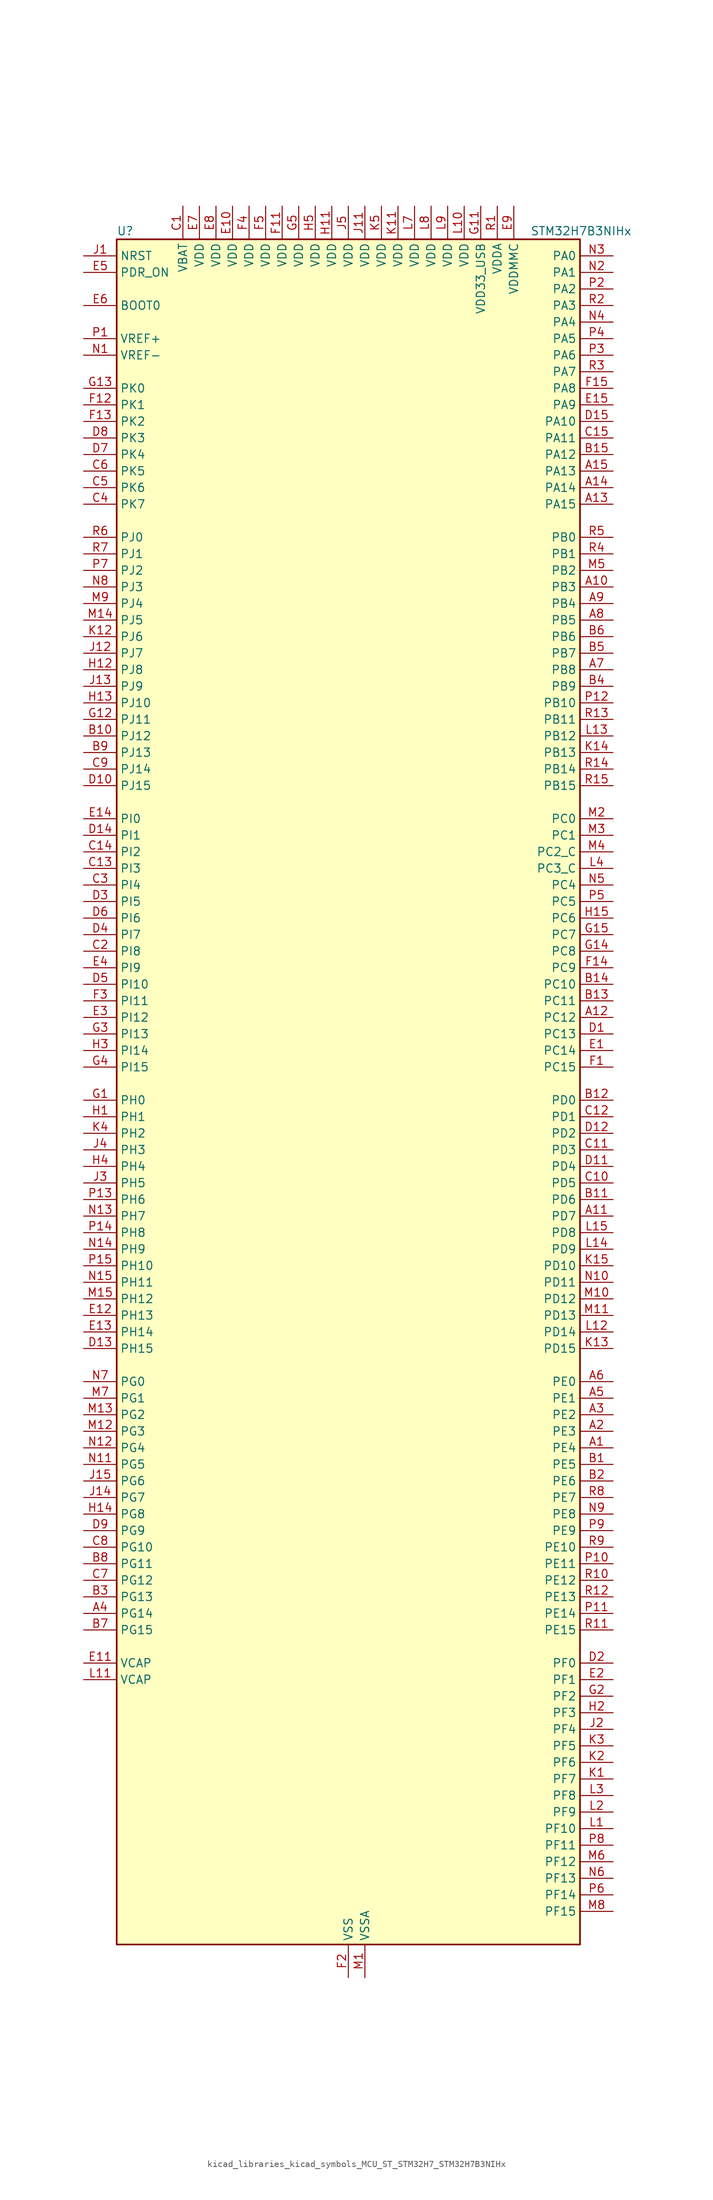
<source format=kicad_sym>
(kicad_symbol_lib
  (version 20220914)
  (generator kicad_symbol_editor)
  (symbol "kicad_libraries_kicad_symbols_MCU_ST_STM32H7_STM32H7B3NIHx"
    (property "Reference" "U"
      (at -35.56 133.35 0)
      (effects (font (size 1.27 1.27)) (justify left)))
    (property "Value" "STM32H7B3NIHx"
      (at 27.94 133.35 0)
      (effects (font (size 1.27 1.27)) (justify left)))
    (property "ki_locked" ""
      (at 0 0 0)
      (effects (font (size 1.27 1.27))))
    (symbol "kicad_libraries_kicad_symbols_MCU_ST_STM32H7_STM32H7B3NIHx_0_1"
      (rectangle (start -35.56 -129.54) (end 35.56 132.08) (stroke (width 0.254) (type default)) (fill (type background))))
    (symbol "kicad_libraries_kicad_symbols_MCU_ST_STM32H7_STM32H7B3NIHx_1_1"
      (pin bidirectional line (at 40.64 -53.34 180) (length 5.08) (name "PE4" (effects (font (size 1.27 1.27)))) (number "A1" (effects (font (size 1.27 1.27)))) (alternate "DCMI_D4" bidirectional line) (alternate "DEBUG_TRACED1" bidirectional line) (alternate "DFSDM1_DATIN3" bidirectional line) (alternate "FMC_A20" bidirectional line) (alternate "LTDC_B0" bidirectional line) (alternate "PSSI_D4" bidirectional line) (alternate "SAI1_D2" bidirectional line) (alternate "SAI1_FS_A" bidirectional line) (alternate "SPI4_NSS" bidirectional line) (alternate "TIM15_CH1N" bidirectional line))
      (pin bidirectional line (at 40.64 78.74 180) (length 5.08) (name "PB3" (effects (font (size 1.27 1.27)))) (number "A10" (effects (font (size 1.27 1.27)))) (alternate "CRS_SYNC" bidirectional line) (alternate "DEBUG_JTDO-SWO" bidirectional line) (alternate "I2S1_CK" bidirectional line) (alternate "I2S3_CK" bidirectional line) (alternate "I2S6_CK" bidirectional line) (alternate "SDMMC2_D2" bidirectional line) (alternate "SPI1_SCK" bidirectional line) (alternate "SPI3_SCK" bidirectional line) (alternate "SPI6_SCK" bidirectional line) (alternate "TIM2_CH2" bidirectional line) (alternate "UART7_RX" bidirectional line))
      (pin bidirectional line (at 40.64 -17.78 180) (length 5.08) (name "PD7" (effects (font (size 1.27 1.27)))) (number "A11" (effects (font (size 1.27 1.27)))) (alternate "DFSDM1_CKIN1" bidirectional line) (alternate "DFSDM1_DATIN4" bidirectional line) (alternate "FMC_NE1" bidirectional line) (alternate "I2S1_SDO" bidirectional line) (alternate "OCTOSPIM_P1_IO7" bidirectional line) (alternate "SDMMC2_CMD" bidirectional line) (alternate "SPDIFRX_IN0" bidirectional line) (alternate "SPI1_MOSI" bidirectional line) (alternate "USART2_CK" bidirectional line))
      (pin bidirectional line (at 40.64 12.7 180) (length 5.08) (name "PC12" (effects (font (size 1.27 1.27)))) (number "A12" (effects (font (size 1.27 1.27)))) (alternate "DCMI_D9" bidirectional line) (alternate "DEBUG_TRACED3" bidirectional line) (alternate "DFSDM2_CKOUT" bidirectional line) (alternate "I2S3_SDO" bidirectional line) (alternate "I2S6_CK" bidirectional line) (alternate "LTDC_R6" bidirectional line) (alternate "PSSI_D9" bidirectional line) (alternate "SDMMC1_CK" bidirectional line) (alternate "SPI3_MOSI" bidirectional line) (alternate "SPI6_SCK" bidirectional line) (alternate "TIM15_CH1" bidirectional line) (alternate "UART5_TX" bidirectional line) (alternate "USART3_CK" bidirectional line))
      (pin bidirectional line (at 40.64 91.44 180) (length 5.08) (name "PA15" (effects (font (size 1.27 1.27)))) (number "A13" (effects (font (size 1.27 1.27)))) (alternate "ADC1_EXTI15" bidirectional line) (alternate "ADC2_EXTI15" bidirectional line) (alternate "CEC" bidirectional line) (alternate "DEBUG_JTDI" bidirectional line) (alternate "I2S1_WS" bidirectional line) (alternate "I2S3_WS" bidirectional line) (alternate "I2S6_WS" bidirectional line) (alternate "LTDC_B6" bidirectional line) (alternate "LTDC_R3" bidirectional line) (alternate "SPI1_NSS" bidirectional line) (alternate "SPI3_NSS" bidirectional line) (alternate "SPI6_NSS" bidirectional line) (alternate "TIM2_CH1" bidirectional line) (alternate "TIM2_ETR" bidirectional line) (alternate "UART4_DE" bidirectional line) (alternate "UART4_RTS" bidirectional line) (alternate "UART7_TX" bidirectional line))
      (pin bidirectional line (at 40.64 93.98 180) (length 5.08) (name "PA14" (effects (font (size 1.27 1.27)))) (number "A14" (effects (font (size 1.27 1.27)))) (alternate "DEBUG_JTCK-SWCLK" bidirectional line))
      (pin bidirectional line (at 40.64 96.52 180) (length 5.08) (name "PA13" (effects (font (size 1.27 1.27)))) (number "A15" (effects (font (size 1.27 1.27)))) (alternate "DEBUG_JTMS-SWDIO" bidirectional line))
      (pin bidirectional line (at 40.64 -50.8 180) (length 5.08) (name "PE3" (effects (font (size 1.27 1.27)))) (number "A2" (effects (font (size 1.27 1.27)))) (alternate "DEBUG_TRACED0" bidirectional line) (alternate "FMC_A19" bidirectional line) (alternate "SAI1_SD_B" bidirectional line) (alternate "TIM15_BKIN" bidirectional line) (alternate "USART10_TX" bidirectional line))
      (pin bidirectional line (at 40.64 -48.26 180) (length 5.08) (name "PE2" (effects (font (size 1.27 1.27)))) (number "A3" (effects (font (size 1.27 1.27)))) (alternate "DEBUG_TRACECLK" bidirectional line) (alternate "FMC_A23" bidirectional line) (alternate "OCTOSPIM_P1_IO2" bidirectional line) (alternate "SAI1_CK1" bidirectional line) (alternate "SAI1_MCLK_A" bidirectional line) (alternate "SPI4_SCK" bidirectional line) (alternate "USART10_RX" bidirectional line))
      (pin bidirectional line (at -40.64 -78.74 0) (length 5.08) (name "PG14" (effects (font (size 1.27 1.27)))) (number "A4" (effects (font (size 1.27 1.27)))) (alternate "DEBUG_TRACED1" bidirectional line) (alternate "FMC_A25" bidirectional line) (alternate "I2S6_SDO" bidirectional line) (alternate "LPTIM1_ETR" bidirectional line) (alternate "LTDC_B0" bidirectional line) (alternate "OCTOSPIM_P1_IO7" bidirectional line) (alternate "SDMMC2_D7" bidirectional line) (alternate "SPI6_MOSI" bidirectional line) (alternate "USART10_DE" bidirectional line) (alternate "USART10_RTS" bidirectional line) (alternate "USART6_TX" bidirectional line))
      (pin bidirectional line (at 40.64 -45.72 180) (length 5.08) (name "PE1" (effects (font (size 1.27 1.27)))) (number "A5" (effects (font (size 1.27 1.27)))) (alternate "DCMI_D3" bidirectional line) (alternate "FMC_NBL1" bidirectional line) (alternate "LPTIM1_IN2" bidirectional line) (alternate "LTDC_R6" bidirectional line) (alternate "PSSI_D3" bidirectional line) (alternate "UART8_TX" bidirectional line))
      (pin bidirectional line (at 40.64 -43.18 180) (length 5.08) (name "PE0" (effects (font (size 1.27 1.27)))) (number "A6" (effects (font (size 1.27 1.27)))) (alternate "DCMI_D2" bidirectional line) (alternate "FMC_NBL0" bidirectional line) (alternate "LPTIM1_ETR" bidirectional line) (alternate "LPTIM2_ETR" bidirectional line) (alternate "LTDC_R0" bidirectional line) (alternate "PSSI_D2" bidirectional line) (alternate "SAI2_MCLK_A" bidirectional line) (alternate "TIM4_ETR" bidirectional line) (alternate "UART8_RX" bidirectional line))
      (pin bidirectional line (at 40.64 66.04 180) (length 5.08) (name "PB8" (effects (font (size 1.27 1.27)))) (number "A7" (effects (font (size 1.27 1.27)))) (alternate "DCMI_D6" bidirectional line) (alternate "DFSDM1_CKIN7" bidirectional line) (alternate "FDCAN1_RX" bidirectional line) (alternate "I2C1_SCL" bidirectional line) (alternate "I2C4_SCL" bidirectional line) (alternate "LTDC_B6" bidirectional line) (alternate "PSSI_D6" bidirectional line) (alternate "SDMMC1_CKIN" bidirectional line) (alternate "SDMMC1_D4" bidirectional line) (alternate "SDMMC2_D4" bidirectional line) (alternate "TIM16_CH1" bidirectional line) (alternate "TIM4_CH3" bidirectional line) (alternate "UART4_RX" bidirectional line))
      (pin bidirectional line (at 40.64 73.66 180) (length 5.08) (name "PB5" (effects (font (size 1.27 1.27)))) (number "A8" (effects (font (size 1.27 1.27)))) (alternate "DCMI_D10" bidirectional line) (alternate "FDCAN2_RX" bidirectional line) (alternate "FMC_SDCKE1" bidirectional line) (alternate "I2C1_SMBA" bidirectional line) (alternate "I2C4_SMBA" bidirectional line) (alternate "I2S1_SDO" bidirectional line) (alternate "I2S3_SDO" bidirectional line) (alternate "I2S6_SDO" bidirectional line) (alternate "LTDC_B5" bidirectional line) (alternate "PSSI_D10" bidirectional line) (alternate "SPI1_MOSI" bidirectional line) (alternate "SPI3_MOSI" bidirectional line) (alternate "SPI6_MOSI" bidirectional line) (alternate "TIM17_BKIN" bidirectional line) (alternate "TIM3_CH2" bidirectional line) (alternate "UART5_RX" bidirectional line) (alternate "USB_OTG_HS_ULPI_D7" bidirectional line))
      (pin bidirectional line (at 40.64 76.2 180) (length 5.08) (name "PB4" (effects (font (size 1.27 1.27)))) (number "A9" (effects (font (size 1.27 1.27)))) (alternate "DEBUG_JTRST" bidirectional line) (alternate "I2S1_SDI" bidirectional line) (alternate "I2S2_WS" bidirectional line) (alternate "I2S3_SDI" bidirectional line) (alternate "I2S6_SDI" bidirectional line) (alternate "SDMMC2_D3" bidirectional line) (alternate "SPI1_MISO" bidirectional line) (alternate "SPI2_NSS" bidirectional line) (alternate "SPI3_MISO" bidirectional line) (alternate "SPI6_MISO" bidirectional line) (alternate "TIM16_BKIN" bidirectional line) (alternate "TIM3_CH1" bidirectional line) (alternate "UART7_TX" bidirectional line))
      (pin bidirectional line (at 40.64 -55.88 180) (length 5.08) (name "PE5" (effects (font (size 1.27 1.27)))) (number "B1" (effects (font (size 1.27 1.27)))) (alternate "DCMI_D6" bidirectional line) (alternate "DEBUG_TRACED2" bidirectional line) (alternate "DFSDM1_CKIN3" bidirectional line) (alternate "FMC_A21" bidirectional line) (alternate "LTDC_G0" bidirectional line) (alternate "PSSI_D6" bidirectional line) (alternate "SAI1_CK2" bidirectional line) (alternate "SAI1_SCK_A" bidirectional line) (alternate "SPI4_MISO" bidirectional line) (alternate "TIM15_CH1" bidirectional line))
      (pin bidirectional line (at -40.64 55.88 0) (length 5.08) (name "PJ12" (effects (font (size 1.27 1.27)))) (number "B10" (effects (font (size 1.27 1.27)))) (alternate "DEBUG_TRGOUT" bidirectional line) (alternate "LTDC_B0" bidirectional line) (alternate "LTDC_G3" bidirectional line))
      (pin bidirectional line (at 40.64 -15.24 180) (length 5.08) (name "PD6" (effects (font (size 1.27 1.27)))) (number "B11" (effects (font (size 1.27 1.27)))) (alternate "DCMI_D10" bidirectional line) (alternate "DFSDM1_CKIN4" bidirectional line) (alternate "DFSDM1_DATIN1" bidirectional line) (alternate "FMC_NWAIT" bidirectional line) (alternate "I2S3_SDO" bidirectional line) (alternate "LTDC_B2" bidirectional line) (alternate "OCTOSPIM_P1_IO6" bidirectional line) (alternate "PSSI_D10" bidirectional line) (alternate "SAI1_D1" bidirectional line) (alternate "SAI1_SD_A" bidirectional line) (alternate "SDMMC2_CK" bidirectional line) (alternate "SPI3_MOSI" bidirectional line) (alternate "USART2_RX" bidirectional line))
      (pin bidirectional line (at 40.64 0 180) (length 5.08) (name "PD0" (effects (font (size 1.27 1.27)))) (number "B12" (effects (font (size 1.27 1.27)))) (alternate "DFSDM1_CKIN6" bidirectional line) (alternate "FDCAN1_RX" bidirectional line) (alternate "FMC_D2" bidirectional line) (alternate "FMC_DA2" bidirectional line) (alternate "LTDC_B1" bidirectional line) (alternate "UART4_RX" bidirectional line) (alternate "UART9_CTS" bidirectional line))
      (pin bidirectional line (at 40.64 15.24 180) (length 5.08) (name "PC11" (effects (font (size 1.27 1.27)))) (number "B13" (effects (font (size 1.27 1.27)))) (alternate "ADC1_EXTI11" bidirectional line) (alternate "ADC2_EXTI11" bidirectional line) (alternate "DCMI_D4" bidirectional line) (alternate "DFSDM1_DATIN5" bidirectional line) (alternate "DFSDM2_DATIN0" bidirectional line) (alternate "I2S3_SDI" bidirectional line) (alternate "LTDC_B4" bidirectional line) (alternate "OCTOSPIM_P1_NCS" bidirectional line) (alternate "PSSI_D4" bidirectional line) (alternate "SDMMC1_D3" bidirectional line) (alternate "SPI3_MISO" bidirectional line) (alternate "UART4_RX" bidirectional line) (alternate "USART3_RX" bidirectional line))
      (pin bidirectional line (at 40.64 17.78 180) (length 5.08) (name "PC10" (effects (font (size 1.27 1.27)))) (number "B14" (effects (font (size 1.27 1.27)))) (alternate "DCMI_D8" bidirectional line) (alternate "DFSDM1_CKIN5" bidirectional line) (alternate "DFSDM2_CKIN0" bidirectional line) (alternate "I2S3_CK" bidirectional line) (alternate "LTDC_B1" bidirectional line) (alternate "LTDC_R2" bidirectional line) (alternate "OCTOSPIM_P1_IO1" bidirectional line) (alternate "PSSI_D8" bidirectional line) (alternate "SDMMC1_D2" bidirectional line) (alternate "SPI3_SCK" bidirectional line) (alternate "SWPMI1_RX" bidirectional line) (alternate "UART4_TX" bidirectional line) (alternate "USART3_TX" bidirectional line))
      (pin bidirectional line (at 40.64 99.06 180) (length 5.08) (name "PA12" (effects (font (size 1.27 1.27)))) (number "B15" (effects (font (size 1.27 1.27)))) (alternate "FDCAN1_TX" bidirectional line) (alternate "I2S2_CK" bidirectional line) (alternate "LPUART1_DE" bidirectional line) (alternate "LPUART1_RTS" bidirectional line) (alternate "LTDC_R5" bidirectional line) (alternate "SAI2_FS_B" bidirectional line) (alternate "SPI2_SCK" bidirectional line) (alternate "TIM1_ETR" bidirectional line) (alternate "UART4_TX" bidirectional line) (alternate "USART1_DE" bidirectional line) (alternate "USART1_RTS" bidirectional line) (alternate "USB_OTG_HS_DP" bidirectional line))
      (pin bidirectional line (at 40.64 -58.42 180) (length 5.08) (name "PE6" (effects (font (size 1.27 1.27)))) (number "B2" (effects (font (size 1.27 1.27)))) (alternate "DCMI_D7" bidirectional line) (alternate "DEBUG_TRACED3" bidirectional line) (alternate "FMC_A22" bidirectional line) (alternate "LTDC_G1" bidirectional line) (alternate "PSSI_D7" bidirectional line) (alternate "SAI1_D1" bidirectional line) (alternate "SAI1_SD_A" bidirectional line) (alternate "SAI2_MCLK_B" bidirectional line) (alternate "SPI4_MOSI" bidirectional line) (alternate "TIM15_CH2" bidirectional line) (alternate "TIM1_BKIN2" bidirectional line) (alternate "TIM1_BKIN2_COMP1" bidirectional line) (alternate "TIM1_BKIN2_COMP2" bidirectional line))
      (pin bidirectional line (at -40.64 -76.2 0) (length 5.08) (name "PG13" (effects (font (size 1.27 1.27)))) (number "B3" (effects (font (size 1.27 1.27)))) (alternate "DEBUG_TRACED0" bidirectional line) (alternate "FMC_A24" bidirectional line) (alternate "I2S6_CK" bidirectional line) (alternate "LPTIM1_OUT" bidirectional line) (alternate "LTDC_R0" bidirectional line) (alternate "SDMMC2_D6" bidirectional line) (alternate "SPI6_SCK" bidirectional line) (alternate "USART10_CTS" bidirectional line) (alternate "USART10_NSS" bidirectional line) (alternate "USART6_CTS" bidirectional line) (alternate "USART6_NSS" bidirectional line))
      (pin bidirectional line (at 40.64 63.5 180) (length 5.08) (name "PB9" (effects (font (size 1.27 1.27)))) (number "B4" (effects (font (size 1.27 1.27)))) (alternate "DAC1_EXTI9" bidirectional line) (alternate "DCMI_D7" bidirectional line) (alternate "DFSDM1_DATIN7" bidirectional line) (alternate "FDCAN1_TX" bidirectional line) (alternate "I2C1_SDA" bidirectional line) (alternate "I2C4_SDA" bidirectional line) (alternate "I2C4_SMBA" bidirectional line) (alternate "I2S2_WS" bidirectional line) (alternate "LTDC_B7" bidirectional line) (alternate "PSSI_D7" bidirectional line) (alternate "SDMMC1_CDIR" bidirectional line) (alternate "SDMMC1_D5" bidirectional line) (alternate "SDMMC2_D5" bidirectional line) (alternate "SPI2_NSS" bidirectional line) (alternate "TIM17_CH1" bidirectional line) (alternate "TIM4_CH4" bidirectional line) (alternate "UART4_TX" bidirectional line))
      (pin bidirectional line (at 40.64 68.58 180) (length 5.08) (name "PB7" (effects (font (size 1.27 1.27)))) (number "B5" (effects (font (size 1.27 1.27)))) (alternate "DCMI_VSYNC" bidirectional line) (alternate "DFSDM1_CKIN5" bidirectional line) (alternate "FMC_NL" bidirectional line) (alternate "I2C1_SDA" bidirectional line) (alternate "I2C4_SDA" bidirectional line) (alternate "LPUART1_RX" bidirectional line) (alternate "PSSI_RDY" bidirectional line) (alternate "PWR_PVD_IN" bidirectional line) (alternate "TIM17_CH1N" bidirectional line) (alternate "TIM4_CH2" bidirectional line) (alternate "USART1_RX" bidirectional line))
      (pin bidirectional line (at 40.64 71.12 180) (length 5.08) (name "PB6" (effects (font (size 1.27 1.27)))) (number "B6" (effects (font (size 1.27 1.27)))) (alternate "CEC" bidirectional line) (alternate "DCMI_D5" bidirectional line) (alternate "DFSDM1_DATIN5" bidirectional line) (alternate "FDCAN2_TX" bidirectional line) (alternate "FMC_SDNE1" bidirectional line) (alternate "I2C1_SCL" bidirectional line) (alternate "I2C4_SCL" bidirectional line) (alternate "LPUART1_TX" bidirectional line) (alternate "OCTOSPIM_P1_NCS" bidirectional line) (alternate "PSSI_D5" bidirectional line) (alternate "TIM16_CH1N" bidirectional line) (alternate "TIM4_CH1" bidirectional line) (alternate "UART5_TX" bidirectional line) (alternate "USART1_TX" bidirectional line))
      (pin bidirectional line (at -40.64 -81.28 0) (length 5.08) (name "PG15" (effects (font (size 1.27 1.27)))) (number "B7" (effects (font (size 1.27 1.27)))) (alternate "ADC1_EXTI15" bidirectional line) (alternate "ADC2_EXTI15" bidirectional line) (alternate "DCMI_D13" bidirectional line) (alternate "FMC_SDNCAS" bidirectional line) (alternate "OCTOSPIM_P2_DQS" bidirectional line) (alternate "PSSI_D13" bidirectional line) (alternate "USART10_CK" bidirectional line) (alternate "USART6_CTS" bidirectional line) (alternate "USART6_NSS" bidirectional line))
      (pin bidirectional line (at -40.64 -71.12 0) (length 5.08) (name "PG11" (effects (font (size 1.27 1.27)))) (number "B8" (effects (font (size 1.27 1.27)))) (alternate "ADC1_EXTI11" bidirectional line) (alternate "ADC2_EXTI11" bidirectional line) (alternate "DCMI_D3" bidirectional line) (alternate "I2S1_CK" bidirectional line) (alternate "LPTIM1_IN2" bidirectional line) (alternate "LTDC_B3" bidirectional line) (alternate "OCTOSPIM_P2_IO7" bidirectional line) (alternate "PSSI_D3" bidirectional line) (alternate "SDMMC2_D2" bidirectional line) (alternate "SPDIFRX_IN0" bidirectional line) (alternate "SPI1_SCK" bidirectional line) (alternate "USART10_RX" bidirectional line))
      (pin bidirectional line (at -40.64 53.34 0) (length 5.08) (name "PJ13" (effects (font (size 1.27 1.27)))) (number "B9" (effects (font (size 1.27 1.27)))) (alternate "LTDC_B1" bidirectional line) (alternate "LTDC_B4" bidirectional line))
      (pin power_in line (at -25.4 137.16 270) (length 5.08) (name "VBAT" (effects (font (size 1.27 1.27)))) (number "C1" (effects (font (size 1.27 1.27)))))
      (pin bidirectional line (at 40.64 -12.7 180) (length 5.08) (name "PD5" (effects (font (size 1.27 1.27)))) (number "C10" (effects (font (size 1.27 1.27)))) (alternate "FMC_NWE" bidirectional line) (alternate "OCTOSPIM_P1_IO5" bidirectional line) (alternate "USART2_TX" bidirectional line))
      (pin bidirectional line (at 40.64 -7.62 180) (length 5.08) (name "PD3" (effects (font (size 1.27 1.27)))) (number "C11" (effects (font (size 1.27 1.27)))) (alternate "DCMI_D5" bidirectional line) (alternate "DFSDM1_CKOUT" bidirectional line) (alternate "FMC_CLK" bidirectional line) (alternate "I2S2_CK" bidirectional line) (alternate "LTDC_G7" bidirectional line) (alternate "PSSI_D5" bidirectional line) (alternate "SPI2_SCK" bidirectional line) (alternate "USART2_CTS" bidirectional line) (alternate "USART2_NSS" bidirectional line))
      (pin bidirectional line (at 40.64 -2.54 180) (length 5.08) (name "PD1" (effects (font (size 1.27 1.27)))) (number "C12" (effects (font (size 1.27 1.27)))) (alternate "DFSDM1_DATIN6" bidirectional line) (alternate "FDCAN1_TX" bidirectional line) (alternate "FMC_D3" bidirectional line) (alternate "FMC_DA3" bidirectional line) (alternate "UART4_TX" bidirectional line))
      (pin bidirectional line (at -40.64 35.56 0) (length 5.08) (name "PI3" (effects (font (size 1.27 1.27)))) (number "C13" (effects (font (size 1.27 1.27)))) (alternate "DCMI_D10" bidirectional line) (alternate "FMC_D27" bidirectional line) (alternate "I2S2_SDO" bidirectional line) (alternate "PSSI_D10" bidirectional line) (alternate "SPI2_MOSI" bidirectional line) (alternate "TIM8_ETR" bidirectional line))
      (pin bidirectional line (at -40.64 38.1 0) (length 5.08) (name "PI2" (effects (font (size 1.27 1.27)))) (number "C14" (effects (font (size 1.27 1.27)))) (alternate "DCMI_D9" bidirectional line) (alternate "FMC_D26" bidirectional line) (alternate "I2S2_SDI" bidirectional line) (alternate "LTDC_G7" bidirectional line) (alternate "PSSI_D9" bidirectional line) (alternate "SPI2_MISO" bidirectional line) (alternate "TIM8_CH4" bidirectional line))
      (pin bidirectional line (at 40.64 101.6 180) (length 5.08) (name "PA11" (effects (font (size 1.27 1.27)))) (number "C15" (effects (font (size 1.27 1.27)))) (alternate "ADC1_EXTI11" bidirectional line) (alternate "ADC2_EXTI11" bidirectional line) (alternate "FDCAN1_RX" bidirectional line) (alternate "I2S2_WS" bidirectional line) (alternate "LPUART1_CTS" bidirectional line) (alternate "LTDC_R4" bidirectional line) (alternate "SPI2_NSS" bidirectional line) (alternate "TIM1_CH4" bidirectional line) (alternate "UART4_RX" bidirectional line) (alternate "USART1_CTS" bidirectional line) (alternate "USART1_NSS" bidirectional line) (alternate "USB_OTG_HS_DM" bidirectional line))
      (pin bidirectional line (at -40.64 22.86 0) (length 5.08) (name "PI8" (effects (font (size 1.27 1.27)))) (number "C2" (effects (font (size 1.27 1.27)))) (alternate "PWR_WKUP3" bidirectional line) (alternate "RTC_OUT_ALARM" bidirectional line) (alternate "RTC_TAMP2" bidirectional line))
      (pin bidirectional line (at -40.64 33.02 0) (length 5.08) (name "PI4" (effects (font (size 1.27 1.27)))) (number "C3" (effects (font (size 1.27 1.27)))) (alternate "DCMI_D5" bidirectional line) (alternate "FMC_NBL2" bidirectional line) (alternate "LTDC_B4" bidirectional line) (alternate "PSSI_D5" bidirectional line) (alternate "SAI2_MCLK_A" bidirectional line) (alternate "TIM8_BKIN" bidirectional line) (alternate "TIM8_BKIN_COMP1" bidirectional line) (alternate "TIM8_BKIN_COMP2" bidirectional line))
      (pin bidirectional line (at -40.64 91.44 0) (length 5.08) (name "PK7" (effects (font (size 1.27 1.27)))) (number "C4" (effects (font (size 1.27 1.27)))) (alternate "LTDC_DE" bidirectional line))
      (pin bidirectional line (at -40.64 93.98 0) (length 5.08) (name "PK6" (effects (font (size 1.27 1.27)))) (number "C5" (effects (font (size 1.27 1.27)))) (alternate "LTDC_B7" bidirectional line) (alternate "OCTOSPIM_P2_DQS" bidirectional line))
      (pin bidirectional line (at -40.64 96.52 0) (length 5.08) (name "PK5" (effects (font (size 1.27 1.27)))) (number "C6" (effects (font (size 1.27 1.27)))) (alternate "LTDC_B6" bidirectional line) (alternate "OCTOSPIM_P2_NCS" bidirectional line))
      (pin bidirectional line (at -40.64 -73.66 0) (length 5.08) (name "PG12" (effects (font (size 1.27 1.27)))) (number "C7" (effects (font (size 1.27 1.27)))) (alternate "FMC_NE4" bidirectional line) (alternate "I2S6_SDI" bidirectional line) (alternate "LPTIM1_IN1" bidirectional line) (alternate "LTDC_B1" bidirectional line) (alternate "LTDC_B4" bidirectional line) (alternate "OCTOSPIM_P2_NCS" bidirectional line) (alternate "SDMMC2_D3" bidirectional line) (alternate "SPDIFRX_IN1" bidirectional line) (alternate "SPI6_MISO" bidirectional line) (alternate "USART10_TX" bidirectional line) (alternate "USART6_DE" bidirectional line) (alternate "USART6_RTS" bidirectional line))
      (pin bidirectional line (at -40.64 -68.58 0) (length 5.08) (name "PG10" (effects (font (size 1.27 1.27)))) (number "C8" (effects (font (size 1.27 1.27)))) (alternate "DCMI_D2" bidirectional line) (alternate "FMC_NE3" bidirectional line) (alternate "I2S1_WS" bidirectional line) (alternate "LTDC_B2" bidirectional line) (alternate "LTDC_G3" bidirectional line) (alternate "OCTOSPIM_P2_IO6" bidirectional line) (alternate "PSSI_D2" bidirectional line) (alternate "SAI2_SD_B" bidirectional line) (alternate "SDMMC2_D1" bidirectional line) (alternate "SPI1_NSS" bidirectional line))
      (pin bidirectional line (at -40.64 50.8 0) (length 5.08) (name "PJ14" (effects (font (size 1.27 1.27)))) (number "C9" (effects (font (size 1.27 1.27)))) (alternate "LTDC_B2" bidirectional line))
      (pin bidirectional line (at 40.64 10.16 180) (length 5.08) (name "PC13" (effects (font (size 1.27 1.27)))) (number "D1" (effects (font (size 1.27 1.27)))) (alternate "PWR_WKUP4" bidirectional line) (alternate "RTC_OUT_ALARM" bidirectional line) (alternate "RTC_OUT_CALIB" bidirectional line) (alternate "RTC_TAMP1" bidirectional line) (alternate "RTC_TS" bidirectional line))
      (pin bidirectional line (at -40.64 48.26 0) (length 5.08) (name "PJ15" (effects (font (size 1.27 1.27)))) (number "D10" (effects (font (size 1.27 1.27)))) (alternate "ADC1_EXTI15" bidirectional line) (alternate "ADC2_EXTI15" bidirectional line) (alternate "LTDC_B3" bidirectional line))
      (pin bidirectional line (at 40.64 -10.16 180) (length 5.08) (name "PD4" (effects (font (size 1.27 1.27)))) (number "D11" (effects (font (size 1.27 1.27)))) (alternate "FMC_NOE" bidirectional line) (alternate "OCTOSPIM_P1_IO4" bidirectional line) (alternate "USART2_DE" bidirectional line) (alternate "USART2_RTS" bidirectional line))
      (pin bidirectional line (at 40.64 -5.08 180) (length 5.08) (name "PD2" (effects (font (size 1.27 1.27)))) (number "D12" (effects (font (size 1.27 1.27)))) (alternate "DCMI_D11" bidirectional line) (alternate "DEBUG_TRACED2" bidirectional line) (alternate "LTDC_B2" bidirectional line) (alternate "LTDC_B7" bidirectional line) (alternate "PSSI_D11" bidirectional line) (alternate "SDMMC1_CMD" bidirectional line) (alternate "TIM15_BKIN" bidirectional line) (alternate "TIM3_ETR" bidirectional line) (alternate "UART5_RX" bidirectional line))
      (pin bidirectional line (at -40.64 -38.1 0) (length 5.08) (name "PH15" (effects (font (size 1.27 1.27)))) (number "D13" (effects (font (size 1.27 1.27)))) (alternate "ADC1_EXTI15" bidirectional line) (alternate "ADC2_EXTI15" bidirectional line) (alternate "DCMI_D11" bidirectional line) (alternate "FMC_D23" bidirectional line) (alternate "LTDC_G4" bidirectional line) (alternate "PSSI_D11" bidirectional line) (alternate "TIM8_CH3N" bidirectional line))
      (pin bidirectional line (at -40.64 40.64 0) (length 5.08) (name "PI1" (effects (font (size 1.27 1.27)))) (number "D14" (effects (font (size 1.27 1.27)))) (alternate "DCMI_D8" bidirectional line) (alternate "FMC_D25" bidirectional line) (alternate "I2S2_CK" bidirectional line) (alternate "LTDC_G6" bidirectional line) (alternate "PSSI_D8" bidirectional line) (alternate "SPI2_SCK" bidirectional line) (alternate "TIM8_BKIN2" bidirectional line) (alternate "TIM8_BKIN2_COMP1" bidirectional line) (alternate "TIM8_BKIN2_COMP2" bidirectional line))
      (pin bidirectional line (at 40.64 104.14 180) (length 5.08) (name "PA10" (effects (font (size 1.27 1.27)))) (number "D15" (effects (font (size 1.27 1.27)))) (alternate "DCMI_D1" bidirectional line) (alternate "LPUART1_RX" bidirectional line) (alternate "LTDC_B1" bidirectional line) (alternate "LTDC_B4" bidirectional line) (alternate "MDIOS_MDIO" bidirectional line) (alternate "PSSI_D1" bidirectional line) (alternate "TIM1_CH3" bidirectional line) (alternate "USART1_RX" bidirectional line) (alternate "USB_OTG_HS_ID" bidirectional line))
      (pin bidirectional line (at 40.64 -86.36 180) (length 5.08) (name "PF0" (effects (font (size 1.27 1.27)))) (number "D2" (effects (font (size 1.27 1.27)))) (alternate "FMC_A0" bidirectional line) (alternate "I2C2_SDA" bidirectional line) (alternate "OCTOSPIM_P2_IO0" bidirectional line))
      (pin bidirectional line (at -40.64 30.48 0) (length 5.08) (name "PI5" (effects (font (size 1.27 1.27)))) (number "D3" (effects (font (size 1.27 1.27)))) (alternate "DCMI_VSYNC" bidirectional line) (alternate "FMC_NBL3" bidirectional line) (alternate "LTDC_B5" bidirectional line) (alternate "PSSI_RDY" bidirectional line) (alternate "SAI2_SCK_A" bidirectional line) (alternate "TIM8_CH1" bidirectional line))
      (pin bidirectional line (at -40.64 25.4 0) (length 5.08) (name "PI7" (effects (font (size 1.27 1.27)))) (number "D4" (effects (font (size 1.27 1.27)))) (alternate "DCMI_D7" bidirectional line) (alternate "FMC_D29" bidirectional line) (alternate "LTDC_B7" bidirectional line) (alternate "PSSI_D7" bidirectional line) (alternate "SAI2_FS_A" bidirectional line) (alternate "TIM8_CH3" bidirectional line))
      (pin bidirectional line (at -40.64 17.78 0) (length 5.08) (name "PI10" (effects (font (size 1.27 1.27)))) (number "D5" (effects (font (size 1.27 1.27)))) (alternate "FMC_D31" bidirectional line) (alternate "LTDC_HSYNC" bidirectional line) (alternate "OCTOSPIM_P2_IO1" bidirectional line) (alternate "PSSI_D14" bidirectional line))
      (pin bidirectional line (at -40.64 27.94 0) (length 5.08) (name "PI6" (effects (font (size 1.27 1.27)))) (number "D6" (effects (font (size 1.27 1.27)))) (alternate "DCMI_D6" bidirectional line) (alternate "FMC_D28" bidirectional line) (alternate "LTDC_B6" bidirectional line) (alternate "PSSI_D6" bidirectional line) (alternate "SAI2_SD_A" bidirectional line) (alternate "TIM8_CH2" bidirectional line))
      (pin bidirectional line (at -40.64 99.06 0) (length 5.08) (name "PK4" (effects (font (size 1.27 1.27)))) (number "D7" (effects (font (size 1.27 1.27)))) (alternate "LTDC_B5" bidirectional line) (alternate "OCTOSPIM_P2_IO7" bidirectional line))
      (pin bidirectional line (at -40.64 101.6 0) (length 5.08) (name "PK3" (effects (font (size 1.27 1.27)))) (number "D8" (effects (font (size 1.27 1.27)))) (alternate "LTDC_B4" bidirectional line) (alternate "OCTOSPIM_P2_IO6" bidirectional line))
      (pin bidirectional line (at -40.64 -66.04 0) (length 5.08) (name "PG9" (effects (font (size 1.27 1.27)))) (number "D9" (effects (font (size 1.27 1.27)))) (alternate "DAC1_EXTI9" bidirectional line) (alternate "DCMI_VSYNC" bidirectional line) (alternate "FMC_NCE" bidirectional line) (alternate "FMC_NE2" bidirectional line) (alternate "I2S1_SDI" bidirectional line) (alternate "OCTOSPIM_P1_IO6" bidirectional line) (alternate "PSSI_RDY" bidirectional line) (alternate "SAI2_FS_B" bidirectional line) (alternate "SDMMC2_D0" bidirectional line) (alternate "SPDIFRX_IN3" bidirectional line) (alternate "SPI1_MISO" bidirectional line) (alternate "USART6_RX" bidirectional line))
      (pin bidirectional line (at 40.64 7.62 180) (length 5.08) (name "PC14" (effects (font (size 1.27 1.27)))) (number "E1" (effects (font (size 1.27 1.27)))) (alternate "RCC_OSC32_IN" bidirectional line))
      (pin power_in line (at -17.78 137.16 270) (length 5.08) (name "VDD" (effects (font (size 1.27 1.27)))) (number "E10" (effects (font (size 1.27 1.27)))))
      (pin power_out line (at -40.64 -86.36 0) (length 5.08) (name "VCAP" (effects (font (size 1.27 1.27)))) (number "E11" (effects (font (size 1.27 1.27)))))
      (pin bidirectional line (at -40.64 -33.02 0) (length 5.08) (name "PH13" (effects (font (size 1.27 1.27)))) (number "E12" (effects (font (size 1.27 1.27)))) (alternate "FDCAN1_TX" bidirectional line) (alternate "FMC_D21" bidirectional line) (alternate "LTDC_G2" bidirectional line) (alternate "TIM8_CH1N" bidirectional line) (alternate "UART4_TX" bidirectional line))
      (pin bidirectional line (at -40.64 -35.56 0) (length 5.08) (name "PH14" (effects (font (size 1.27 1.27)))) (number "E13" (effects (font (size 1.27 1.27)))) (alternate "DCMI_D4" bidirectional line) (alternate "FDCAN1_RX" bidirectional line) (alternate "FMC_D22" bidirectional line) (alternate "LTDC_G3" bidirectional line) (alternate "PSSI_D4" bidirectional line) (alternate "TIM8_CH2N" bidirectional line) (alternate "UART4_RX" bidirectional line))
      (pin bidirectional line (at -40.64 43.18 0) (length 5.08) (name "PI0" (effects (font (size 1.27 1.27)))) (number "E14" (effects (font (size 1.27 1.27)))) (alternate "DCMI_D13" bidirectional line) (alternate "FMC_D24" bidirectional line) (alternate "I2S2_WS" bidirectional line) (alternate "LTDC_G5" bidirectional line) (alternate "PSSI_D13" bidirectional line) (alternate "SPI2_NSS" bidirectional line) (alternate "TIM5_CH4" bidirectional line))
      (pin bidirectional line (at 40.64 106.68 180) (length 5.08) (name "PA9" (effects (font (size 1.27 1.27)))) (number "E15" (effects (font (size 1.27 1.27)))) (alternate "DAC1_EXTI9" bidirectional line) (alternate "DCMI_D0" bidirectional line) (alternate "I2C3_SMBA" bidirectional line) (alternate "I2S2_CK" bidirectional line) (alternate "LPUART1_TX" bidirectional line) (alternate "LTDC_R5" bidirectional line) (alternate "PSSI_D0" bidirectional line) (alternate "SPI2_SCK" bidirectional line) (alternate "TIM1_CH2" bidirectional line) (alternate "USART1_TX" bidirectional line) (alternate "USB_OTG_HS_VBUS" bidirectional line))
      (pin bidirectional line (at 40.64 -88.9 180) (length 5.08) (name "PF1" (effects (font (size 1.27 1.27)))) (number "E2" (effects (font (size 1.27 1.27)))) (alternate "FMC_A1" bidirectional line) (alternate "I2C2_SCL" bidirectional line) (alternate "OCTOSPIM_P2_IO1" bidirectional line))
      (pin bidirectional line (at -40.64 12.7 0) (length 5.08) (name "PI12" (effects (font (size 1.27 1.27)))) (number "E3" (effects (font (size 1.27 1.27)))) (alternate "LTDC_HSYNC" bidirectional line) (alternate "OCTOSPIM_P2_IO3" bidirectional line))
      (pin bidirectional line (at -40.64 20.32 0) (length 5.08) (name "PI9" (effects (font (size 1.27 1.27)))) (number "E4" (effects (font (size 1.27 1.27)))) (alternate "DAC1_EXTI9" bidirectional line) (alternate "FDCAN1_RX" bidirectional line) (alternate "FMC_D30" bidirectional line) (alternate "LTDC_VSYNC" bidirectional line) (alternate "OCTOSPIM_P2_IO0" bidirectional line) (alternate "UART4_RX" bidirectional line))
      (pin input line (at -40.64 127 0) (length 5.08) (name "PDR_ON" (effects (font (size 1.27 1.27)))) (number "E5" (effects (font (size 1.27 1.27)))))
      (pin input line (at -40.64 121.92 0) (length 5.08) (name "BOOT0" (effects (font (size 1.27 1.27)))) (number "E6" (effects (font (size 1.27 1.27)))))
      (pin power_in line (at -22.86 137.16 270) (length 5.08) (name "VDD" (effects (font (size 1.27 1.27)))) (number "E7" (effects (font (size 1.27 1.27)))))
      (pin power_in line (at -20.32 137.16 270) (length 5.08) (name "VDD" (effects (font (size 1.27 1.27)))) (number "E8" (effects (font (size 1.27 1.27)))))
      (pin power_in line (at 25.4 137.16 270) (length 5.08) (name "VDDMMC" (effects (font (size 1.27 1.27)))) (number "E9" (effects (font (size 1.27 1.27)))))
      (pin bidirectional line (at 40.64 5.08 180) (length 5.08) (name "PC15" (effects (font (size 1.27 1.27)))) (number "F1" (effects (font (size 1.27 1.27)))) (alternate "ADC1_EXTI15" bidirectional line) (alternate "ADC2_EXTI15" bidirectional line) (alternate "RCC_OSC32_OUT" bidirectional line))
      (pin passive line (at 0 -134.62 90) (length 5.08) hide (name "VSS" (effects (font (size 1.27 1.27)))) (number "F10" (effects (font (size 1.27 1.27)))))
      (pin power_in line (at -10.16 137.16 270) (length 5.08) (name "VDD" (effects (font (size 1.27 1.27)))) (number "F11" (effects (font (size 1.27 1.27)))))
      (pin bidirectional line (at -40.64 106.68 0) (length 5.08) (name "PK1" (effects (font (size 1.27 1.27)))) (number "F12" (effects (font (size 1.27 1.27)))) (alternate "LTDC_G6" bidirectional line) (alternate "SPI5_NSS" bidirectional line) (alternate "TIM1_CH1" bidirectional line) (alternate "TIM8_CH3N" bidirectional line))
      (pin bidirectional line (at -40.64 104.14 0) (length 5.08) (name "PK2" (effects (font (size 1.27 1.27)))) (number "F13" (effects (font (size 1.27 1.27)))) (alternate "LTDC_G7" bidirectional line) (alternate "TIM1_BKIN" bidirectional line) (alternate "TIM1_BKIN_COMP1" bidirectional line) (alternate "TIM1_BKIN_COMP2" bidirectional line) (alternate "TIM8_BKIN" bidirectional line) (alternate "TIM8_BKIN_COMP1" bidirectional line) (alternate "TIM8_BKIN_COMP2" bidirectional line))
      (pin bidirectional line (at 40.64 20.32 180) (length 5.08) (name "PC9" (effects (font (size 1.27 1.27)))) (number "F14" (effects (font (size 1.27 1.27)))) (alternate "DAC1_EXTI9" bidirectional line) (alternate "DCMI_D3" bidirectional line) (alternate "I2C3_SDA" bidirectional line) (alternate "I2S_CKIN" bidirectional line) (alternate "LTDC_B2" bidirectional line) (alternate "LTDC_G3" bidirectional line) (alternate "OCTOSPIM_P1_IO0" bidirectional line) (alternate "PSSI_D3" bidirectional line) (alternate "RCC_MCO_2" bidirectional line) (alternate "SDMMC1_D1" bidirectional line) (alternate "SWPMI1_SUSPEND" bidirectional line) (alternate "TIM3_CH4" bidirectional line) (alternate "TIM8_CH4" bidirectional line) (alternate "UART5_CTS" bidirectional line))
      (pin bidirectional line (at 40.64 109.22 180) (length 5.08) (name "PA8" (effects (font (size 1.27 1.27)))) (number "F15" (effects (font (size 1.27 1.27)))) (alternate "I2C3_SCL" bidirectional line) (alternate "LTDC_B3" bidirectional line) (alternate "LTDC_R6" bidirectional line) (alternate "RCC_MCO_1" bidirectional line) (alternate "TIM1_CH1" bidirectional line) (alternate "TIM8_BKIN2" bidirectional line) (alternate "TIM8_BKIN2_COMP1" bidirectional line) (alternate "TIM8_BKIN2_COMP2" bidirectional line) (alternate "UART7_RX" bidirectional line) (alternate "USART1_CK" bidirectional line) (alternate "USB_OTG_HS_SOF" bidirectional line))
      (pin power_in line (at 0 -134.62 90) (length 5.08) (name "VSS" (effects (font (size 1.27 1.27)))) (number "F2" (effects (font (size 1.27 1.27)))))
      (pin bidirectional line (at -40.64 15.24 0) (length 5.08) (name "PI11" (effects (font (size 1.27 1.27)))) (number "F3" (effects (font (size 1.27 1.27)))) (alternate "ADC1_EXTI11" bidirectional line) (alternate "ADC2_EXTI11" bidirectional line) (alternate "LTDC_G6" bidirectional line) (alternate "OCTOSPIM_P2_IO2" bidirectional line) (alternate "PSSI_D15" bidirectional line) (alternate "PWR_WKUP5" bidirectional line) (alternate "USB_OTG_HS_ULPI_DIR" bidirectional line))
      (pin power_in line (at -15.24 137.16 270) (length 5.08) (name "VDD" (effects (font (size 1.27 1.27)))) (number "F4" (effects (font (size 1.27 1.27)))))
      (pin power_in line (at -12.7 137.16 270) (length 5.08) (name "VDD" (effects (font (size 1.27 1.27)))) (number "F5" (effects (font (size 1.27 1.27)))))
      (pin passive line (at 0 -134.62 90) (length 5.08) hide (name "VSS" (effects (font (size 1.27 1.27)))) (number "F6" (effects (font (size 1.27 1.27)))))
      (pin passive line (at 0 -134.62 90) (length 5.08) hide (name "VSS" (effects (font (size 1.27 1.27)))) (number "F7" (effects (font (size 1.27 1.27)))))
      (pin passive line (at 0 -134.62 90) (length 5.08) hide (name "VSS" (effects (font (size 1.27 1.27)))) (number "F8" (effects (font (size 1.27 1.27)))))
      (pin passive line (at 0 -134.62 90) (length 5.08) hide (name "VSS" (effects (font (size 1.27 1.27)))) (number "F9" (effects (font (size 1.27 1.27)))))
      (pin bidirectional line (at -40.64 0 0) (length 5.08) (name "PH0" (effects (font (size 1.27 1.27)))) (number "G1" (effects (font (size 1.27 1.27)))) (alternate "RCC_OSC_IN" bidirectional line))
      (pin passive line (at 0 -134.62 90) (length 5.08) hide (name "VSS" (effects (font (size 1.27 1.27)))) (number "G10" (effects (font (size 1.27 1.27)))))
      (pin power_in line (at 20.32 137.16 270) (length 5.08) (name "VDD33_USB" (effects (font (size 1.27 1.27)))) (number "G11" (effects (font (size 1.27 1.27)))))
      (pin bidirectional line (at -40.64 58.42 0) (length 5.08) (name "PJ11" (effects (font (size 1.27 1.27)))) (number "G12" (effects (font (size 1.27 1.27)))) (alternate "ADC1_EXTI11" bidirectional line) (alternate "ADC2_EXTI11" bidirectional line) (alternate "LTDC_G4" bidirectional line) (alternate "SPI5_MISO" bidirectional line) (alternate "TIM1_CH2" bidirectional line) (alternate "TIM8_CH2N" bidirectional line))
      (pin bidirectional line (at -40.64 109.22 0) (length 5.08) (name "PK0" (effects (font (size 1.27 1.27)))) (number "G13" (effects (font (size 1.27 1.27)))) (alternate "LTDC_G5" bidirectional line) (alternate "SPI5_SCK" bidirectional line) (alternate "TIM1_CH1N" bidirectional line) (alternate "TIM8_CH3" bidirectional line))
      (pin bidirectional line (at 40.64 22.86 180) (length 5.08) (name "PC8" (effects (font (size 1.27 1.27)))) (number "G14" (effects (font (size 1.27 1.27)))) (alternate "DCMI_D2" bidirectional line) (alternate "DEBUG_TRACED1" bidirectional line) (alternate "FMC_INT" bidirectional line) (alternate "FMC_NCE" bidirectional line) (alternate "FMC_NE2" bidirectional line) (alternate "PSSI_D2" bidirectional line) (alternate "SDMMC1_D0" bidirectional line) (alternate "SWPMI1_RX" bidirectional line) (alternate "TIM3_CH3" bidirectional line) (alternate "TIM8_CH3" bidirectional line) (alternate "UART5_DE" bidirectional line) (alternate "UART5_RTS" bidirectional line) (alternate "USART6_CK" bidirectional line))
      (pin bidirectional line (at 40.64 25.4 180) (length 5.08) (name "PC7" (effects (font (size 1.27 1.27)))) (number "G15" (effects (font (size 1.27 1.27)))) (alternate "DCMI_D1" bidirectional line) (alternate "DEBUG_TRGIO" bidirectional line) (alternate "DFSDM1_DATIN3" bidirectional line) (alternate "FMC_NE1" bidirectional line) (alternate "I2S3_MCK" bidirectional line) (alternate "LTDC_G6" bidirectional line) (alternate "PSSI_D1" bidirectional line) (alternate "SDMMC1_D123DIR" bidirectional line) (alternate "SDMMC1_D7" bidirectional line) (alternate "SDMMC2_D7" bidirectional line) (alternate "SWPMI1_TX" bidirectional line) (alternate "TIM3_CH2" bidirectional line) (alternate "TIM8_CH2" bidirectional line) (alternate "USART6_RX" bidirectional line))
      (pin bidirectional line (at 40.64 -91.44 180) (length 5.08) (name "PF2" (effects (font (size 1.27 1.27)))) (number "G2" (effects (font (size 1.27 1.27)))) (alternate "FMC_A2" bidirectional line) (alternate "I2C2_SMBA" bidirectional line) (alternate "OCTOSPIM_P2_IO2" bidirectional line))
      (pin bidirectional line (at -40.64 10.16 0) (length 5.08) (name "PI13" (effects (font (size 1.27 1.27)))) (number "G3" (effects (font (size 1.27 1.27)))) (alternate "LTDC_VSYNC" bidirectional line) (alternate "OCTOSPIM_P2_CLK" bidirectional line))
      (pin bidirectional line (at -40.64 5.08 0) (length 5.08) (name "PI15" (effects (font (size 1.27 1.27)))) (number "G4" (effects (font (size 1.27 1.27)))) (alternate "ADC1_EXTI15" bidirectional line) (alternate "ADC2_EXTI15" bidirectional line) (alternate "LTDC_G2" bidirectional line) (alternate "LTDC_R0" bidirectional line))
      (pin power_in line (at -7.62 137.16 270) (length 5.08) (name "VDD" (effects (font (size 1.27 1.27)))) (number "G5" (effects (font (size 1.27 1.27)))))
      (pin passive line (at 0 -134.62 90) (length 5.08) hide (name "VSS" (effects (font (size 1.27 1.27)))) (number "G6" (effects (font (size 1.27 1.27)))))
      (pin bidirectional line (at -40.64 -2.54 0) (length 5.08) (name "PH1" (effects (font (size 1.27 1.27)))) (number "H1" (effects (font (size 1.27 1.27)))) (alternate "RCC_OSC_OUT" bidirectional line))
      (pin passive line (at 0 -134.62 90) (length 5.08) hide (name "VSS" (effects (font (size 1.27 1.27)))) (number "H10" (effects (font (size 1.27 1.27)))))
      (pin power_in line (at -2.54 137.16 270) (length 5.08) (name "VDD" (effects (font (size 1.27 1.27)))) (number "H11" (effects (font (size 1.27 1.27)))))
      (pin bidirectional line (at -40.64 66.04 0) (length 5.08) (name "PJ8" (effects (font (size 1.27 1.27)))) (number "H12" (effects (font (size 1.27 1.27)))) (alternate "LTDC_G1" bidirectional line) (alternate "TIM1_CH3N" bidirectional line) (alternate "TIM8_CH1" bidirectional line) (alternate "UART8_TX" bidirectional line))
      (pin bidirectional line (at -40.64 60.96 0) (length 5.08) (name "PJ10" (effects (font (size 1.27 1.27)))) (number "H13" (effects (font (size 1.27 1.27)))) (alternate "LTDC_G3" bidirectional line) (alternate "SPI5_MOSI" bidirectional line) (alternate "TIM1_CH2N" bidirectional line) (alternate "TIM8_CH2" bidirectional line))
      (pin bidirectional line (at -40.64 -63.5 0) (length 5.08) (name "PG8" (effects (font (size 1.27 1.27)))) (number "H14" (effects (font (size 1.27 1.27)))) (alternate "FMC_SDCLK" bidirectional line) (alternate "I2S6_WS" bidirectional line) (alternate "LTDC_G7" bidirectional line) (alternate "SPDIFRX_IN2" bidirectional line) (alternate "SPI6_NSS" bidirectional line) (alternate "TIM8_ETR" bidirectional line) (alternate "USART6_DE" bidirectional line) (alternate "USART6_RTS" bidirectional line))
      (pin bidirectional line (at 40.64 27.94 180) (length 5.08) (name "PC6" (effects (font (size 1.27 1.27)))) (number "H15" (effects (font (size 1.27 1.27)))) (alternate "DCMI_D0" bidirectional line) (alternate "DFSDM1_CKIN3" bidirectional line) (alternate "FMC_NWAIT" bidirectional line) (alternate "I2S2_MCK" bidirectional line) (alternate "LTDC_HSYNC" bidirectional line) (alternate "PSSI_D0" bidirectional line) (alternate "SDMMC1_D0DIR" bidirectional line) (alternate "SDMMC1_D6" bidirectional line) (alternate "SDMMC2_D6" bidirectional line) (alternate "SWPMI1_IO" bidirectional line) (alternate "TIM3_CH1" bidirectional line) (alternate "TIM8_CH1" bidirectional line) (alternate "USART6_TX" bidirectional line))
      (pin bidirectional line (at 40.64 -93.98 180) (length 5.08) (name "PF3" (effects (font (size 1.27 1.27)))) (number "H2" (effects (font (size 1.27 1.27)))) (alternate "FMC_A3" bidirectional line) (alternate "OCTOSPIM_P2_IO3" bidirectional line))
      (pin bidirectional line (at -40.64 7.62 0) (length 5.08) (name "PI14" (effects (font (size 1.27 1.27)))) (number "H3" (effects (font (size 1.27 1.27)))) (alternate "LTDC_CLK" bidirectional line) (alternate "OCTOSPIM_P2_NCLK" bidirectional line))
      (pin bidirectional line (at -40.64 -10.16 0) (length 5.08) (name "PH4" (effects (font (size 1.27 1.27)))) (number "H4" (effects (font (size 1.27 1.27)))) (alternate "I2C2_SCL" bidirectional line) (alternate "LTDC_G4" bidirectional line) (alternate "LTDC_G5" bidirectional line) (alternate "PSSI_D14" bidirectional line) (alternate "USB_OTG_HS_ULPI_NXT" bidirectional line))
      (pin power_in line (at -5.08 137.16 270) (length 5.08) (name "VDD" (effects (font (size 1.27 1.27)))) (number "H5" (effects (font (size 1.27 1.27)))))
      (pin passive line (at 0 -134.62 90) (length 5.08) hide (name "VSS" (effects (font (size 1.27 1.27)))) (number "H6" (effects (font (size 1.27 1.27)))))
      (pin input line (at -40.64 129.54 0) (length 5.08) (name "NRST" (effects (font (size 1.27 1.27)))) (number "J1" (effects (font (size 1.27 1.27)))))
      (pin passive line (at 0 -134.62 90) (length 5.08) hide (name "VSS" (effects (font (size 1.27 1.27)))) (number "J10" (effects (font (size 1.27 1.27)))))
      (pin power_in line (at 2.54 137.16 270) (length 5.08) (name "VDD" (effects (font (size 1.27 1.27)))) (number "J11" (effects (font (size 1.27 1.27)))))
      (pin bidirectional line (at -40.64 68.58 0) (length 5.08) (name "PJ7" (effects (font (size 1.27 1.27)))) (number "J12" (effects (font (size 1.27 1.27)))) (alternate "DEBUG_TRGIN" bidirectional line) (alternate "LTDC_G0" bidirectional line) (alternate "TIM8_CH2N" bidirectional line))
      (pin bidirectional line (at -40.64 63.5 0) (length 5.08) (name "PJ9" (effects (font (size 1.27 1.27)))) (number "J13" (effects (font (size 1.27 1.27)))) (alternate "DAC1_EXTI9" bidirectional line) (alternate "LTDC_G2" bidirectional line) (alternate "TIM1_CH3" bidirectional line) (alternate "TIM8_CH1N" bidirectional line) (alternate "UART8_RX" bidirectional line))
      (pin bidirectional line (at -40.64 -60.96 0) (length 5.08) (name "PG7" (effects (font (size 1.27 1.27)))) (number "J14" (effects (font (size 1.27 1.27)))) (alternate "DCMI_D13" bidirectional line) (alternate "FMC_INT" bidirectional line) (alternate "LTDC_CLK" bidirectional line) (alternate "OCTOSPIM_P2_DQS" bidirectional line) (alternate "PSSI_D13" bidirectional line) (alternate "SAI1_MCLK_A" bidirectional line) (alternate "USART6_CK" bidirectional line))
      (pin bidirectional line (at -40.64 -58.42 0) (length 5.08) (name "PG6" (effects (font (size 1.27 1.27)))) (number "J15" (effects (font (size 1.27 1.27)))) (alternate "DCMI_D12" bidirectional line) (alternate "FMC_NE3" bidirectional line) (alternate "LTDC_R7" bidirectional line) (alternate "OCTOSPIM_P1_NCS" bidirectional line) (alternate "PSSI_D12" bidirectional line) (alternate "TIM17_BKIN" bidirectional line))
      (pin bidirectional line (at 40.64 -96.52 180) (length 5.08) (name "PF4" (effects (font (size 1.27 1.27)))) (number "J2" (effects (font (size 1.27 1.27)))) (alternate "FMC_A4" bidirectional line) (alternate "OCTOSPIM_P2_CLK" bidirectional line))
      (pin bidirectional line (at -40.64 -12.7 0) (length 5.08) (name "PH5" (effects (font (size 1.27 1.27)))) (number "J3" (effects (font (size 1.27 1.27)))) (alternate "FMC_SDNWE" bidirectional line) (alternate "I2C2_SDA" bidirectional line) (alternate "SPI5_NSS" bidirectional line))
      (pin bidirectional line (at -40.64 -7.62 0) (length 5.08) (name "PH3" (effects (font (size 1.27 1.27)))) (number "J4" (effects (font (size 1.27 1.27)))) (alternate "FMC_SDNE0" bidirectional line) (alternate "LTDC_R1" bidirectional line) (alternate "OCTOSPIM_P1_IO5" bidirectional line) (alternate "SAI2_MCLK_B" bidirectional line))
      (pin power_in line (at 0 137.16 270) (length 5.08) (name "VDD" (effects (font (size 1.27 1.27)))) (number "J5" (effects (font (size 1.27 1.27)))))
      (pin passive line (at 0 -134.62 90) (length 5.08) hide (name "VSS" (effects (font (size 1.27 1.27)))) (number "J6" (effects (font (size 1.27 1.27)))))
      (pin bidirectional line (at 40.64 -104.14 180) (length 5.08) (name "PF7" (effects (font (size 1.27 1.27)))) (number "K1" (effects (font (size 1.27 1.27)))) (alternate "OCTOSPIM_P1_IO2" bidirectional line) (alternate "SAI1_MCLK_B" bidirectional line) (alternate "SPI5_SCK" bidirectional line) (alternate "TIM17_CH1" bidirectional line) (alternate "UART7_TX" bidirectional line))
      (pin passive line (at 0 -134.62 90) (length 5.08) hide (name "VSS" (effects (font (size 1.27 1.27)))) (number "K10" (effects (font (size 1.27 1.27)))))
      (pin power_in line (at 7.62 137.16 270) (length 5.08) (name "VDD" (effects (font (size 1.27 1.27)))) (number "K11" (effects (font (size 1.27 1.27)))))
      (pin bidirectional line (at -40.64 71.12 0) (length 5.08) (name "PJ6" (effects (font (size 1.27 1.27)))) (number "K12" (effects (font (size 1.27 1.27)))) (alternate "LTDC_R7" bidirectional line) (alternate "TIM8_CH2" bidirectional line))
      (pin bidirectional line (at 40.64 -38.1 180) (length 5.08) (name "PD15" (effects (font (size 1.27 1.27)))) (number "K13" (effects (font (size 1.27 1.27)))) (alternate "ADC1_EXTI15" bidirectional line) (alternate "ADC2_EXTI15" bidirectional line) (alternate "FMC_D1" bidirectional line) (alternate "FMC_DA1" bidirectional line) (alternate "TIM4_CH4" bidirectional line) (alternate "UART8_DE" bidirectional line) (alternate "UART8_RTS" bidirectional line) (alternate "UART9_TX" bidirectional line))
      (pin bidirectional line (at 40.64 53.34 180) (length 5.08) (name "PB13" (effects (font (size 1.27 1.27)))) (number "K14" (effects (font (size 1.27 1.27)))) (alternate "DCMI_D2" bidirectional line) (alternate "DFSDM1_CKIN1" bidirectional line) (alternate "DFSDM2_CKIN1" bidirectional line) (alternate "FDCAN2_TX" bidirectional line) (alternate "I2S2_CK" bidirectional line) (alternate "LPTIM2_OUT" bidirectional line) (alternate "PSSI_D2" bidirectional line) (alternate "SDMMC1_D0" bidirectional line) (alternate "SPI2_SCK" bidirectional line) (alternate "TIM1_CH1N" bidirectional line) (alternate "UART5_TX" bidirectional line) (alternate "USART3_CTS" bidirectional line) (alternate "USART3_NSS" bidirectional line) (alternate "USB_OTG_HS_ULPI_D6" bidirectional line))
      (pin bidirectional line (at 40.64 -25.4 180) (length 5.08) (name "PD10" (effects (font (size 1.27 1.27)))) (number "K15" (effects (font (size 1.27 1.27)))) (alternate "DFSDM1_CKOUT" bidirectional line) (alternate "DFSDM2_CKOUT" bidirectional line) (alternate "FMC_D15" bidirectional line) (alternate "FMC_DA15" bidirectional line) (alternate "LTDC_B3" bidirectional line) (alternate "USART3_CK" bidirectional line))
      (pin bidirectional line (at 40.64 -101.6 180) (length 5.08) (name "PF6" (effects (font (size 1.27 1.27)))) (number "K2" (effects (font (size 1.27 1.27)))) (alternate "OCTOSPIM_P1_IO3" bidirectional line) (alternate "SAI1_SD_B" bidirectional line) (alternate "SPI5_NSS" bidirectional line) (alternate "TIM16_CH1" bidirectional line) (alternate "UART7_RX" bidirectional line))
      (pin bidirectional line (at 40.64 -99.06 180) (length 5.08) (name "PF5" (effects (font (size 1.27 1.27)))) (number "K3" (effects (font (size 1.27 1.27)))) (alternate "FMC_A5" bidirectional line) (alternate "OCTOSPIM_P2_NCLK" bidirectional line))
      (pin bidirectional line (at -40.64 -5.08 0) (length 5.08) (name "PH2" (effects (font (size 1.27 1.27)))) (number "K4" (effects (font (size 1.27 1.27)))) (alternate "FMC_SDCKE0" bidirectional line) (alternate "LPTIM1_IN2" bidirectional line) (alternate "LTDC_R0" bidirectional line) (alternate "OCTOSPIM_P1_IO4" bidirectional line) (alternate "SAI2_SCK_B" bidirectional line))
      (pin power_in line (at 5.08 137.16 270) (length 5.08) (name "VDD" (effects (font (size 1.27 1.27)))) (number "K5" (effects (font (size 1.27 1.27)))))
      (pin passive line (at 0 -134.62 90) (length 5.08) hide (name "VSS" (effects (font (size 1.27 1.27)))) (number "K6" (effects (font (size 1.27 1.27)))))
      (pin passive line (at 0 -134.62 90) (length 5.08) hide (name "VSS" (effects (font (size 1.27 1.27)))) (number "K7" (effects (font (size 1.27 1.27)))))
      (pin passive line (at 0 -134.62 90) (length 5.08) hide (name "VSS" (effects (font (size 1.27 1.27)))) (number "K8" (effects (font (size 1.27 1.27)))))
      (pin passive line (at 0 -134.62 90) (length 5.08) hide (name "VSS" (effects (font (size 1.27 1.27)))) (number "K9" (effects (font (size 1.27 1.27)))))
      (pin bidirectional line (at 40.64 -111.76 180) (length 5.08) (name "PF10" (effects (font (size 1.27 1.27)))) (number "L1" (effects (font (size 1.27 1.27)))) (alternate "DCMI_D11" bidirectional line) (alternate "LTDC_DE" bidirectional line) (alternate "OCTOSPIM_P1_CLK" bidirectional line) (alternate "PSSI_D11" bidirectional line) (alternate "PSSI_D15" bidirectional line) (alternate "SAI1_D3" bidirectional line) (alternate "TIM16_BKIN" bidirectional line))
      (pin power_in line (at 17.78 137.16 270) (length 5.08) (name "VDD" (effects (font (size 1.27 1.27)))) (number "L10" (effects (font (size 1.27 1.27)))))
      (pin power_out line (at -40.64 -88.9 0) (length 5.08) (name "VCAP" (effects (font (size 1.27 1.27)))) (number "L11" (effects (font (size 1.27 1.27)))))
      (pin bidirectional line (at 40.64 -35.56 180) (length 5.08) (name "PD14" (effects (font (size 1.27 1.27)))) (number "L12" (effects (font (size 1.27 1.27)))) (alternate "FMC_D0" bidirectional line) (alternate "FMC_DA0" bidirectional line) (alternate "TIM4_CH3" bidirectional line) (alternate "UART8_CTS" bidirectional line) (alternate "UART9_RX" bidirectional line))
      (pin bidirectional line (at 40.64 55.88 180) (length 5.08) (name "PB12" (effects (font (size 1.27 1.27)))) (number "L13" (effects (font (size 1.27 1.27)))) (alternate "DFSDM1_DATIN1" bidirectional line) (alternate "DFSDM2_DATIN1" bidirectional line) (alternate "FDCAN2_RX" bidirectional line) (alternate "I2C2_SMBA" bidirectional line) (alternate "I2S2_WS" bidirectional line) (alternate "OCTOSPIM_P1_NCLK" bidirectional line) (alternate "SPI2_NSS" bidirectional line) (alternate "TIM1_BKIN" bidirectional line) (alternate "TIM1_BKIN_COMP1" bidirectional line) (alternate "TIM1_BKIN_COMP2" bidirectional line) (alternate "UART5_RX" bidirectional line) (alternate "USART3_CK" bidirectional line) (alternate "USB_OTG_HS_ULPI_D5" bidirectional line))
      (pin bidirectional line (at 40.64 -22.86 180) (length 5.08) (name "PD9" (effects (font (size 1.27 1.27)))) (number "L14" (effects (font (size 1.27 1.27)))) (alternate "DAC1_EXTI9" bidirectional line) (alternate "DFSDM1_DATIN3" bidirectional line) (alternate "FMC_D14" bidirectional line) (alternate "FMC_DA14" bidirectional line) (alternate "USART3_RX" bidirectional line))
      (pin bidirectional line (at 40.64 -20.32 180) (length 5.08) (name "PD8" (effects (font (size 1.27 1.27)))) (number "L15" (effects (font (size 1.27 1.27)))) (alternate "DFSDM1_CKIN3" bidirectional line) (alternate "FMC_D13" bidirectional line) (alternate "FMC_DA13" bidirectional line) (alternate "SPDIFRX_IN1" bidirectional line) (alternate "USART3_TX" bidirectional line))
      (pin bidirectional line (at 40.64 -109.22 180) (length 5.08) (name "PF9" (effects (font (size 1.27 1.27)))) (number "L2" (effects (font (size 1.27 1.27)))) (alternate "DAC1_EXTI9" bidirectional line) (alternate "OCTOSPIM_P1_IO1" bidirectional line) (alternate "SAI1_FS_B" bidirectional line) (alternate "SPI5_MOSI" bidirectional line) (alternate "TIM14_CH1" bidirectional line) (alternate "TIM17_CH1N" bidirectional line) (alternate "UART7_CTS" bidirectional line))
      (pin bidirectional line (at 40.64 -106.68 180) (length 5.08) (name "PF8" (effects (font (size 1.27 1.27)))) (number "L3" (effects (font (size 1.27 1.27)))) (alternate "OCTOSPIM_P1_IO0" bidirectional line) (alternate "SAI1_SCK_B" bidirectional line) (alternate "SPI5_MISO" bidirectional line) (alternate "TIM13_CH1" bidirectional line) (alternate "TIM16_CH1N" bidirectional line) (alternate "UART7_DE" bidirectional line) (alternate "UART7_RTS" bidirectional line))
      (pin bidirectional line (at 40.64 35.56 180) (length 5.08) (name "PC3_C" (effects (font (size 1.27 1.27)))) (number "L4" (effects (font (size 1.27 1.27)))) (alternate "ADC2_INP1" bidirectional line) (alternate "DFSDM1_DATIN1" bidirectional line) (alternate "FMC_SDCKE0" bidirectional line) (alternate "I2S2_SDO" bidirectional line) (alternate "OCTOSPIM_P1_IO0" bidirectional line) (alternate "OCTOSPIM_P1_IO6" bidirectional line) (alternate "PWR_CSLEEP" bidirectional line) (alternate "SPI2_MOSI" bidirectional line) (alternate "USB_OTG_HS_ULPI_NXT" bidirectional line))
      (pin passive line (at 0 -134.62 90) (length 5.08) hide (name "VSS" (effects (font (size 1.27 1.27)))) (number "L5" (effects (font (size 1.27 1.27)))))
      (pin passive line (at 0 -134.62 90) (length 5.08) hide (name "VSS" (effects (font (size 1.27 1.27)))) (number "L6" (effects (font (size 1.27 1.27)))))
      (pin power_in line (at 10.16 137.16 270) (length 5.08) (name "VDD" (effects (font (size 1.27 1.27)))) (number "L7" (effects (font (size 1.27 1.27)))))
      (pin power_in line (at 12.7 137.16 270) (length 5.08) (name "VDD" (effects (font (size 1.27 1.27)))) (number "L8" (effects (font (size 1.27 1.27)))))
      (pin power_in line (at 15.24 137.16 270) (length 5.08) (name "VDD" (effects (font (size 1.27 1.27)))) (number "L9" (effects (font (size 1.27 1.27)))))
      (pin power_in line (at 2.54 -134.62 90) (length 5.08) (name "VSSA" (effects (font (size 1.27 1.27)))) (number "M1" (effects (font (size 1.27 1.27)))))
      (pin bidirectional line (at 40.64 -30.48 180) (length 5.08) (name "PD12" (effects (font (size 1.27 1.27)))) (number "M10" (effects (font (size 1.27 1.27)))) (alternate "DCMI_D12" bidirectional line) (alternate "FMC_A17" bidirectional line) (alternate "FMC_ALE" bidirectional line) (alternate "I2C4_SCL" bidirectional line) (alternate "LPTIM1_IN1" bidirectional line) (alternate "LPTIM2_IN1" bidirectional line) (alternate "OCTOSPIM_P1_IO1" bidirectional line) (alternate "PSSI_D12" bidirectional line) (alternate "SAI2_FS_A" bidirectional line) (alternate "TIM4_CH1" bidirectional line) (alternate "USART3_DE" bidirectional line) (alternate "USART3_RTS" bidirectional line))
      (pin bidirectional line (at 40.64 -33.02 180) (length 5.08) (name "PD13" (effects (font (size 1.27 1.27)))) (number "M11" (effects (font (size 1.27 1.27)))) (alternate "DCMI_D13" bidirectional line) (alternate "FMC_A18" bidirectional line) (alternate "I2C4_SDA" bidirectional line) (alternate "LPTIM1_OUT" bidirectional line) (alternate "OCTOSPIM_P1_IO3" bidirectional line) (alternate "PSSI_D13" bidirectional line) (alternate "SAI2_SCK_A" bidirectional line) (alternate "TIM4_CH2" bidirectional line) (alternate "UART9_DE" bidirectional line) (alternate "UART9_RTS" bidirectional line))
      (pin bidirectional line (at -40.64 -50.8 0) (length 5.08) (name "PG3" (effects (font (size 1.27 1.27)))) (number "M12" (effects (font (size 1.27 1.27)))) (alternate "FMC_A13" bidirectional line) (alternate "TIM8_BKIN2" bidirectional line) (alternate "TIM8_BKIN2_COMP1" bidirectional line) (alternate "TIM8_BKIN2_COMP2" bidirectional line))
      (pin bidirectional line (at -40.64 -48.26 0) (length 5.08) (name "PG2" (effects (font (size 1.27 1.27)))) (number "M13" (effects (font (size 1.27 1.27)))) (alternate "FMC_A12" bidirectional line) (alternate "TIM8_BKIN" bidirectional line) (alternate "TIM8_BKIN_COMP1" bidirectional line) (alternate "TIM8_BKIN_COMP2" bidirectional line))
      (pin bidirectional line (at -40.64 73.66 0) (length 5.08) (name "PJ5" (effects (font (size 1.27 1.27)))) (number "M14" (effects (font (size 1.27 1.27)))) (alternate "LTDC_R6" bidirectional line))
      (pin bidirectional line (at -40.64 -30.48 0) (length 5.08) (name "PH12" (effects (font (size 1.27 1.27)))) (number "M15" (effects (font (size 1.27 1.27)))) (alternate "DCMI_D3" bidirectional line) (alternate "FMC_D20" bidirectional line) (alternate "I2C4_SDA" bidirectional line) (alternate "LTDC_R6" bidirectional line) (alternate "PSSI_D3" bidirectional line) (alternate "TIM5_CH3" bidirectional line))
      (pin bidirectional line (at 40.64 43.18 180) (length 5.08) (name "PC0" (effects (font (size 1.27 1.27)))) (number "M2" (effects (font (size 1.27 1.27)))) (alternate "ADC1_INP10" bidirectional line) (alternate "ADC2_INP10" bidirectional line) (alternate "DFSDM1_CKIN0" bidirectional line) (alternate "DFSDM1_DATIN4" bidirectional line) (alternate "FMC_A25" bidirectional line) (alternate "FMC_SDNWE" bidirectional line) (alternate "LTDC_G2" bidirectional line) (alternate "LTDC_R5" bidirectional line) (alternate "SAI2_FS_B" bidirectional line) (alternate "USB_OTG_HS_ULPI_STP" bidirectional line))
      (pin bidirectional line (at 40.64 40.64 180) (length 5.08) (name "PC1" (effects (font (size 1.27 1.27)))) (number "M3" (effects (font (size 1.27 1.27)))) (alternate "ADC1_INN10" bidirectional line) (alternate "ADC1_INP11" bidirectional line) (alternate "ADC2_INN10" bidirectional line) (alternate "ADC2_INP11" bidirectional line) (alternate "DEBUG_TRACED0" bidirectional line) (alternate "DFSDM1_CKIN4" bidirectional line) (alternate "DFSDM1_DATIN0" bidirectional line) (alternate "I2S2_SDO" bidirectional line) (alternate "LTDC_G5" bidirectional line) (alternate "MDIOS_MDC" bidirectional line) (alternate "OCTOSPIM_P1_IO4" bidirectional line) (alternate "PWR_WKUP6" bidirectional line) (alternate "RTC_TAMP3" bidirectional line) (alternate "SAI1_D1" bidirectional line) (alternate "SAI1_SD_A" bidirectional line) (alternate "SDMMC2_CK" bidirectional line) (alternate "SPI2_MOSI" bidirectional line))
      (pin bidirectional line (at 40.64 38.1 180) (length 5.08) (name "PC2_C" (effects (font (size 1.27 1.27)))) (number "M4" (effects (font (size 1.27 1.27)))) (alternate "ADC2_INN1" bidirectional line) (alternate "ADC2_INP0" bidirectional line) (alternate "DFSDM1_CKIN1" bidirectional line) (alternate "DFSDM1_CKOUT" bidirectional line) (alternate "FMC_SDNE0" bidirectional line) (alternate "I2S2_SDI" bidirectional line) (alternate "OCTOSPIM_P1_IO2" bidirectional line) (alternate "OCTOSPIM_P1_IO5" bidirectional line) (alternate "PWR_CSTOP" bidirectional line) (alternate "SPI2_MISO" bidirectional line) (alternate "USB_OTG_HS_ULPI_DIR" bidirectional line))
      (pin bidirectional line (at 40.64 81.28 180) (length 5.08) (name "PB2" (effects (font (size 1.27 1.27)))) (number "M5" (effects (font (size 1.27 1.27)))) (alternate "COMP1_INP" bidirectional line) (alternate "DFSDM1_CKIN1" bidirectional line) (alternate "I2S3_SDO" bidirectional line) (alternate "OCTOSPIM_P1_CLK" bidirectional line) (alternate "OCTOSPIM_P1_DQS" bidirectional line) (alternate "RTC_OUT_ALARM" bidirectional line) (alternate "RTC_OUT_CALIB" bidirectional line) (alternate "SAI1_D1" bidirectional line) (alternate "SAI1_SD_A" bidirectional line) (alternate "SPI3_MOSI" bidirectional line))
      (pin bidirectional line (at 40.64 -116.84 180) (length 5.08) (name "PF12" (effects (font (size 1.27 1.27)))) (number "M6" (effects (font (size 1.27 1.27)))) (alternate "ADC1_INN2" bidirectional line) (alternate "ADC1_INP6" bidirectional line) (alternate "FMC_A6" bidirectional line) (alternate "OCTOSPIM_P2_DQS" bidirectional line))
      (pin bidirectional line (at -40.64 -45.72 0) (length 5.08) (name "PG1" (effects (font (size 1.27 1.27)))) (number "M7" (effects (font (size 1.27 1.27)))) (alternate "FMC_A11" bidirectional line) (alternate "OCTOSPIM_P2_IO5" bidirectional line) (alternate "OPAMP2_VINM" bidirectional line) (alternate "UART9_TX" bidirectional line))
      (pin bidirectional line (at 40.64 -124.46 180) (length 5.08) (name "PF15" (effects (font (size 1.27 1.27)))) (number "M8" (effects (font (size 1.27 1.27)))) (alternate "ADC1_EXTI15" bidirectional line) (alternate "ADC2_EXTI15" bidirectional line) (alternate "FMC_A9" bidirectional line) (alternate "I2C4_SDA" bidirectional line))
      (pin bidirectional line (at -40.64 76.2 0) (length 5.08) (name "PJ4" (effects (font (size 1.27 1.27)))) (number "M9" (effects (font (size 1.27 1.27)))) (alternate "LTDC_R5" bidirectional line) (alternate "UART9_CTS" bidirectional line))
      (pin input line (at -40.64 114.3 0) (length 5.08) (name "VREF-" (effects (font (size 1.27 1.27)))) (number "N1" (effects (font (size 1.27 1.27)))))
      (pin bidirectional line (at 40.64 -27.94 180) (length 5.08) (name "PD11" (effects (font (size 1.27 1.27)))) (number "N10" (effects (font (size 1.27 1.27)))) (alternate "ADC1_EXTI11" bidirectional line) (alternate "ADC2_EXTI11" bidirectional line) (alternate "FMC_A16" bidirectional line) (alternate "FMC_CLE" bidirectional line) (alternate "I2C4_SMBA" bidirectional line) (alternate "LPTIM2_IN2" bidirectional line) (alternate "OCTOSPIM_P1_IO0" bidirectional line) (alternate "SAI2_SD_A" bidirectional line) (alternate "USART3_CTS" bidirectional line) (alternate "USART3_NSS" bidirectional line))
      (pin bidirectional line (at -40.64 -55.88 0) (length 5.08) (name "PG5" (effects (font (size 1.27 1.27)))) (number "N11" (effects (font (size 1.27 1.27)))) (alternate "FMC_A15" bidirectional line) (alternate "FMC_BA1" bidirectional line) (alternate "TIM1_ETR" bidirectional line))
      (pin bidirectional line (at -40.64 -53.34 0) (length 5.08) (name "PG4" (effects (font (size 1.27 1.27)))) (number "N12" (effects (font (size 1.27 1.27)))) (alternate "FMC_A14" bidirectional line) (alternate "FMC_BA0" bidirectional line) (alternate "TIM1_BKIN2" bidirectional line) (alternate "TIM1_BKIN2_COMP1" bidirectional line) (alternate "TIM1_BKIN2_COMP2" bidirectional line))
      (pin bidirectional line (at -40.64 -17.78 0) (length 5.08) (name "PH7" (effects (font (size 1.27 1.27)))) (number "N13" (effects (font (size 1.27 1.27)))) (alternate "DCMI_D9" bidirectional line) (alternate "FMC_SDCKE1" bidirectional line) (alternate "I2C3_SCL" bidirectional line) (alternate "PSSI_D9" bidirectional line) (alternate "SPI5_MISO" bidirectional line))
      (pin bidirectional line (at -40.64 -22.86 0) (length 5.08) (name "PH9" (effects (font (size 1.27 1.27)))) (number "N14" (effects (font (size 1.27 1.27)))) (alternate "DAC1_EXTI9" bidirectional line) (alternate "DCMI_D0" bidirectional line) (alternate "FMC_D17" bidirectional line) (alternate "I2C3_SMBA" bidirectional line) (alternate "LTDC_R3" bidirectional line) (alternate "PSSI_D0" bidirectional line) (alternate "TIM12_CH2" bidirectional line))
      (pin bidirectional line (at -40.64 -27.94 0) (length 5.08) (name "PH11" (effects (font (size 1.27 1.27)))) (number "N15" (effects (font (size 1.27 1.27)))) (alternate "ADC1_EXTI11" bidirectional line) (alternate "ADC2_EXTI11" bidirectional line) (alternate "DCMI_D2" bidirectional line) (alternate "FMC_D19" bidirectional line) (alternate "I2C4_SCL" bidirectional line) (alternate "LTDC_R5" bidirectional line) (alternate "PSSI_D2" bidirectional line) (alternate "TIM5_CH2" bidirectional line))
      (pin bidirectional line (at 40.64 127 180) (length 5.08) (name "PA1" (effects (font (size 1.27 1.27)))) (number "N2" (effects (font (size 1.27 1.27)))) (alternate "ADC1_INN16" bidirectional line) (alternate "ADC1_INP17" bidirectional line) (alternate "LPTIM3_OUT" bidirectional line) (alternate "LTDC_R2" bidirectional line) (alternate "OCTOSPIM_P1_DQS" bidirectional line) (alternate "OCTOSPIM_P1_IO3" bidirectional line) (alternate "SAI2_MCLK_B" bidirectional line) (alternate "TIM15_CH1N" bidirectional line) (alternate "TIM2_CH2" bidirectional line) (alternate "TIM5_CH2" bidirectional line) (alternate "UART4_RX" bidirectional line) (alternate "USART2_DE" bidirectional line) (alternate "USART2_RTS" bidirectional line))
      (pin bidirectional line (at 40.64 129.54 180) (length 5.08) (name "PA0" (effects (font (size 1.27 1.27)))) (number "N3" (effects (font (size 1.27 1.27)))) (alternate "ADC1_INP16" bidirectional line) (alternate "I2S6_WS" bidirectional line) (alternate "PWR_WKUP1" bidirectional line) (alternate "SAI2_SD_B" bidirectional line) (alternate "SDMMC2_CMD" bidirectional line) (alternate "SPI6_NSS" bidirectional line) (alternate "TIM15_BKIN" bidirectional line) (alternate "TIM2_CH1" bidirectional line) (alternate "TIM2_ETR" bidirectional line) (alternate "TIM5_CH1" bidirectional line) (alternate "TIM8_ETR" bidirectional line) (alternate "UART4_TX" bidirectional line) (alternate "USART2_CTS" bidirectional line) (alternate "USART2_NSS" bidirectional line))
      (pin bidirectional line (at 40.64 119.38 180) (length 5.08) (name "PA4" (effects (font (size 1.27 1.27)))) (number "N4" (effects (font (size 1.27 1.27)))) (alternate "ADC1_INP18" bidirectional line) (alternate "DAC1_OUT1" bidirectional line) (alternate "DCMI_HSYNC" bidirectional line) (alternate "I2S1_WS" bidirectional line) (alternate "I2S3_WS" bidirectional line) (alternate "I2S6_WS" bidirectional line) (alternate "LTDC_VSYNC" bidirectional line) (alternate "PSSI_DE" bidirectional line) (alternate "SPI1_NSS" bidirectional line) (alternate "SPI3_NSS" bidirectional line) (alternate "SPI6_NSS" bidirectional line) (alternate "TIM5_ETR" bidirectional line) (alternate "USART2_CK" bidirectional line))
      (pin bidirectional line (at 40.64 33.02 180) (length 5.08) (name "PC4" (effects (font (size 1.27 1.27)))) (number "N5" (effects (font (size 1.27 1.27)))) (alternate "ADC1_INP4" bidirectional line) (alternate "ADC2_INP4" bidirectional line) (alternate "COMP1_INM" bidirectional line) (alternate "DFSDM1_CKIN2" bidirectional line) (alternate "FMC_SDNE0" bidirectional line) (alternate "I2S1_MCK" bidirectional line) (alternate "LTDC_R7" bidirectional line) (alternate "OPAMP1_VOUT" bidirectional line) (alternate "SPDIFRX_IN2" bidirectional line))
      (pin bidirectional line (at 40.64 -119.38 180) (length 5.08) (name "PF13" (effects (font (size 1.27 1.27)))) (number "N6" (effects (font (size 1.27 1.27)))) (alternate "ADC2_INP2" bidirectional line) (alternate "DFSDM1_DATIN6" bidirectional line) (alternate "FMC_A7" bidirectional line) (alternate "I2C4_SMBA" bidirectional line))
      (pin bidirectional line (at -40.64 -43.18 0) (length 5.08) (name "PG0" (effects (font (size 1.27 1.27)))) (number "N7" (effects (font (size 1.27 1.27)))) (alternate "FMC_A10" bidirectional line) (alternate "OCTOSPIM_P2_IO4" bidirectional line) (alternate "UART9_RX" bidirectional line))
      (pin bidirectional line (at -40.64 78.74 0) (length 5.08) (name "PJ3" (effects (font (size 1.27 1.27)))) (number "N8" (effects (font (size 1.27 1.27)))) (alternate "LTDC_R4" bidirectional line) (alternate "UART9_DE" bidirectional line) (alternate "UART9_RTS" bidirectional line))
      (pin bidirectional line (at 40.64 -63.5 180) (length 5.08) (name "PE8" (effects (font (size 1.27 1.27)))) (number "N9" (effects (font (size 1.27 1.27)))) (alternate "COMP2_OUT" bidirectional line) (alternate "DFSDM1_CKIN2" bidirectional line) (alternate "FMC_D5" bidirectional line) (alternate "FMC_DA5" bidirectional line) (alternate "OCTOSPIM_P1_IO5" bidirectional line) (alternate "OPAMP2_VINM" bidirectional line) (alternate "TIM1_CH1N" bidirectional line) (alternate "UART7_TX" bidirectional line))
      (pin input line (at -40.64 116.84 0) (length 5.08) (name "VREF+" (effects (font (size 1.27 1.27)))) (number "P1" (effects (font (size 1.27 1.27)))) (alternate "VREFBUF_OUT" bidirectional line))
      (pin bidirectional line (at 40.64 -71.12 180) (length 5.08) (name "PE11" (effects (font (size 1.27 1.27)))) (number "P10" (effects (font (size 1.27 1.27)))) (alternate "ADC1_EXTI11" bidirectional line) (alternate "ADC2_EXTI11" bidirectional line) (alternate "COMP2_INP" bidirectional line) (alternate "DFSDM1_CKIN4" bidirectional line) (alternate "FMC_D8" bidirectional line) (alternate "FMC_DA8" bidirectional line) (alternate "LTDC_G3" bidirectional line) (alternate "OCTOSPIM_P1_NCS" bidirectional line) (alternate "SAI2_SD_B" bidirectional line) (alternate "SPI4_NSS" bidirectional line) (alternate "TIM1_CH2" bidirectional line))
      (pin bidirectional line (at 40.64 -78.74 180) (length 5.08) (name "PE14" (effects (font (size 1.27 1.27)))) (number "P11" (effects (font (size 1.27 1.27)))) (alternate "FMC_D11" bidirectional line) (alternate "FMC_DA11" bidirectional line) (alternate "LTDC_CLK" bidirectional line) (alternate "SAI2_MCLK_B" bidirectional line) (alternate "SPI4_MOSI" bidirectional line) (alternate "TIM1_CH4" bidirectional line))
      (pin bidirectional line (at 40.64 60.96 180) (length 5.08) (name "PB10" (effects (font (size 1.27 1.27)))) (number "P12" (effects (font (size 1.27 1.27)))) (alternate "DFSDM1_DATIN7" bidirectional line) (alternate "I2C2_SCL" bidirectional line) (alternate "I2S2_CK" bidirectional line) (alternate "LPTIM2_IN1" bidirectional line) (alternate "LTDC_G4" bidirectional line) (alternate "OCTOSPIM_P1_NCS" bidirectional line) (alternate "SPI2_SCK" bidirectional line) (alternate "TIM2_CH3" bidirectional line) (alternate "USART3_TX" bidirectional line) (alternate "USB_OTG_HS_ULPI_D3" bidirectional line))
      (pin bidirectional line (at -40.64 -15.24 0) (length 5.08) (name "PH6" (effects (font (size 1.27 1.27)))) (number "P13" (effects (font (size 1.27 1.27)))) (alternate "DCMI_D8" bidirectional line) (alternate "FMC_SDNE1" bidirectional line) (alternate "I2C2_SMBA" bidirectional line) (alternate "PSSI_D8" bidirectional line) (alternate "SPI5_SCK" bidirectional line) (alternate "TIM12_CH1" bidirectional line))
      (pin bidirectional line (at -40.64 -20.32 0) (length 5.08) (name "PH8" (effects (font (size 1.27 1.27)))) (number "P14" (effects (font (size 1.27 1.27)))) (alternate "DCMI_HSYNC" bidirectional line) (alternate "FMC_D16" bidirectional line) (alternate "I2C3_SDA" bidirectional line) (alternate "LTDC_R2" bidirectional line) (alternate "PSSI_DE" bidirectional line) (alternate "TIM5_ETR" bidirectional line))
      (pin bidirectional line (at -40.64 -25.4 0) (length 5.08) (name "PH10" (effects (font (size 1.27 1.27)))) (number "P15" (effects (font (size 1.27 1.27)))) (alternate "DCMI_D1" bidirectional line) (alternate "FMC_D18" bidirectional line) (alternate "I2C4_SMBA" bidirectional line) (alternate "LTDC_R4" bidirectional line) (alternate "PSSI_D1" bidirectional line) (alternate "TIM5_CH1" bidirectional line))
      (pin bidirectional line (at 40.64 124.46 180) (length 5.08) (name "PA2" (effects (font (size 1.27 1.27)))) (number "P2" (effects (font (size 1.27 1.27)))) (alternate "ADC1_INP14" bidirectional line) (alternate "DFSDM2_CKIN1" bidirectional line) (alternate "LTDC_R1" bidirectional line) (alternate "MDIOS_MDIO" bidirectional line) (alternate "PWR_WKUP2" bidirectional line) (alternate "SAI2_SCK_B" bidirectional line) (alternate "TIM15_CH1" bidirectional line) (alternate "TIM2_CH3" bidirectional line) (alternate "TIM5_CH3" bidirectional line) (alternate "USART2_TX" bidirectional line))
      (pin bidirectional line (at 40.64 114.3 180) (length 5.08) (name "PA6" (effects (font (size 1.27 1.27)))) (number "P3" (effects (font (size 1.27 1.27)))) (alternate "ADC1_INP3" bidirectional line) (alternate "ADC2_INP3" bidirectional line) (alternate "DAC2_OUT1" bidirectional line) (alternate "DCMI_PIXCLK" bidirectional line) (alternate "I2S1_SDI" bidirectional line) (alternate "I2S6_SDI" bidirectional line) (alternate "LTDC_G2" bidirectional line) (alternate "MDIOS_MDC" bidirectional line) (alternate "OCTOSPIM_P1_IO3" bidirectional line) (alternate "PSSI_PDCK" bidirectional line) (alternate "SPI1_MISO" bidirectional line) (alternate "SPI6_MISO" bidirectional line) (alternate "TIM13_CH1" bidirectional line) (alternate "TIM1_BKIN" bidirectional line) (alternate "TIM1_BKIN_COMP1" bidirectional line) (alternate "TIM1_BKIN_COMP2" bidirectional line) (alternate "TIM3_CH1" bidirectional line) (alternate "TIM8_BKIN" bidirectional line) (alternate "TIM8_BKIN_COMP1" bidirectional line) (alternate "TIM8_BKIN_COMP2" bidirectional line))
      (pin bidirectional line (at 40.64 116.84 180) (length 5.08) (name "PA5" (effects (font (size 1.27 1.27)))) (number "P4" (effects (font (size 1.27 1.27)))) (alternate "ADC1_INN18" bidirectional line) (alternate "ADC1_INP19" bidirectional line) (alternate "DAC1_OUT2" bidirectional line) (alternate "I2S1_CK" bidirectional line) (alternate "I2S6_CK" bidirectional line) (alternate "LTDC_R4" bidirectional line) (alternate "PSSI_D14" bidirectional line) (alternate "PWR_NDSTOP2" bidirectional line) (alternate "SPI1_SCK" bidirectional line) (alternate "SPI6_SCK" bidirectional line) (alternate "TIM2_CH1" bidirectional line) (alternate "TIM2_ETR" bidirectional line) (alternate "TIM8_CH1N" bidirectional line) (alternate "USB_OTG_HS_ULPI_CK" bidirectional line))
      (pin bidirectional line (at 40.64 30.48 180) (length 5.08) (name "PC5" (effects (font (size 1.27 1.27)))) (number "P5" (effects (font (size 1.27 1.27)))) (alternate "ADC1_INN4" bidirectional line) (alternate "ADC1_INP8" bidirectional line) (alternate "ADC2_INN4" bidirectional line) (alternate "ADC2_INP8" bidirectional line) (alternate "COMP1_OUT" bidirectional line) (alternate "DFSDM1_DATIN2" bidirectional line) (alternate "FMC_SDCKE0" bidirectional line) (alternate "LTDC_DE" bidirectional line) (alternate "OCTOSPIM_P1_DQS" bidirectional line) (alternate "OPAMP1_VINM" bidirectional line) (alternate "PSSI_D15" bidirectional line) (alternate "SAI1_D3" bidirectional line) (alternate "SPDIFRX_IN3" bidirectional line))
      (pin bidirectional line (at 40.64 -121.92 180) (length 5.08) (name "PF14" (effects (font (size 1.27 1.27)))) (number "P6" (effects (font (size 1.27 1.27)))) (alternate "ADC2_INN2" bidirectional line) (alternate "ADC2_INP6" bidirectional line) (alternate "DFSDM1_CKIN6" bidirectional line) (alternate "FMC_A8" bidirectional line) (alternate "I2C4_SCL" bidirectional line))
      (pin bidirectional line (at -40.64 81.28 0) (length 5.08) (name "PJ2" (effects (font (size 1.27 1.27)))) (number "P7" (effects (font (size 1.27 1.27)))) (alternate "LTDC_R3" bidirectional line) (alternate "OCTOSPIM_P2_IO5" bidirectional line))
      (pin bidirectional line (at 40.64 -114.3 180) (length 5.08) (name "PF11" (effects (font (size 1.27 1.27)))) (number "P8" (effects (font (size 1.27 1.27)))) (alternate "ADC1_EXTI11" bidirectional line) (alternate "ADC1_INP2" bidirectional line) (alternate "ADC2_EXTI11" bidirectional line) (alternate "DCMI_D12" bidirectional line) (alternate "FMC_SDNRAS" bidirectional line) (alternate "OCTOSPIM_P1_NCLK" bidirectional line) (alternate "PSSI_D12" bidirectional line) (alternate "SAI2_SD_B" bidirectional line) (alternate "SPI5_MOSI" bidirectional line))
      (pin bidirectional line (at 40.64 -66.04 180) (length 5.08) (name "PE9" (effects (font (size 1.27 1.27)))) (number "P9" (effects (font (size 1.27 1.27)))) (alternate "COMP2_INP" bidirectional line) (alternate "DAC1_EXTI9" bidirectional line) (alternate "DFSDM1_CKOUT" bidirectional line) (alternate "FMC_D6" bidirectional line) (alternate "FMC_DA6" bidirectional line) (alternate "OCTOSPIM_P1_IO6" bidirectional line) (alternate "OPAMP2_VINP" bidirectional line) (alternate "TIM1_CH1" bidirectional line) (alternate "UART7_DE" bidirectional line) (alternate "UART7_RTS" bidirectional line))
      (pin power_in line (at 22.86 137.16 270) (length 5.08) (name "VDDA" (effects (font (size 1.27 1.27)))) (number "R1" (effects (font (size 1.27 1.27)))))
      (pin bidirectional line (at 40.64 -73.66 180) (length 5.08) (name "PE12" (effects (font (size 1.27 1.27)))) (number "R10" (effects (font (size 1.27 1.27)))) (alternate "COMP1_OUT" bidirectional line) (alternate "DFSDM1_DATIN5" bidirectional line) (alternate "FMC_D9" bidirectional line) (alternate "FMC_DA9" bidirectional line) (alternate "LTDC_B4" bidirectional line) (alternate "SAI2_SCK_B" bidirectional line) (alternate "SPI4_SCK" bidirectional line) (alternate "TIM1_CH3N" bidirectional line))
      (pin bidirectional line (at 40.64 -81.28 180) (length 5.08) (name "PE15" (effects (font (size 1.27 1.27)))) (number "R11" (effects (font (size 1.27 1.27)))) (alternate "ADC1_EXTI15" bidirectional line) (alternate "ADC2_EXTI15" bidirectional line) (alternate "FMC_D12" bidirectional line) (alternate "FMC_DA12" bidirectional line) (alternate "LTDC_R7" bidirectional line) (alternate "TIM1_BKIN" bidirectional line) (alternate "TIM1_BKIN_COMP1" bidirectional line) (alternate "TIM1_BKIN_COMP2" bidirectional line) (alternate "USART10_CK" bidirectional line))
      (pin bidirectional line (at 40.64 -76.2 180) (length 5.08) (name "PE13" (effects (font (size 1.27 1.27)))) (number "R12" (effects (font (size 1.27 1.27)))) (alternate "COMP2_OUT" bidirectional line) (alternate "DFSDM1_CKIN5" bidirectional line) (alternate "FMC_D10" bidirectional line) (alternate "FMC_DA10" bidirectional line) (alternate "LTDC_DE" bidirectional line) (alternate "SAI2_FS_B" bidirectional line) (alternate "SPI4_MISO" bidirectional line) (alternate "TIM1_CH3" bidirectional line))
      (pin bidirectional line (at 40.64 58.42 180) (length 5.08) (name "PB11" (effects (font (size 1.27 1.27)))) (number "R13" (effects (font (size 1.27 1.27)))) (alternate "ADC1_EXTI11" bidirectional line) (alternate "ADC2_EXTI11" bidirectional line) (alternate "DFSDM1_CKIN7" bidirectional line) (alternate "I2C2_SDA" bidirectional line) (alternate "LPTIM2_ETR" bidirectional line) (alternate "LTDC_G5" bidirectional line) (alternate "TIM2_CH4" bidirectional line) (alternate "USART3_RX" bidirectional line) (alternate "USB_OTG_HS_ULPI_D4" bidirectional line))
      (pin bidirectional line (at 40.64 50.8 180) (length 5.08) (name "PB14" (effects (font (size 1.27 1.27)))) (number "R14" (effects (font (size 1.27 1.27)))) (alternate "DFSDM1_DATIN2" bidirectional line) (alternate "I2S2_SDI" bidirectional line) (alternate "LTDC_CLK" bidirectional line) (alternate "SDMMC2_D0" bidirectional line) (alternate "SPI2_MISO" bidirectional line) (alternate "TIM12_CH1" bidirectional line) (alternate "TIM1_CH2N" bidirectional line) (alternate "TIM8_CH2N" bidirectional line) (alternate "UART4_DE" bidirectional line) (alternate "UART4_RTS" bidirectional line) (alternate "USART1_TX" bidirectional line) (alternate "USART3_DE" bidirectional line) (alternate "USART3_RTS" bidirectional line))
      (pin bidirectional line (at 40.64 48.26 180) (length 5.08) (name "PB15" (effects (font (size 1.27 1.27)))) (number "R15" (effects (font (size 1.27 1.27)))) (alternate "ADC1_EXTI15" bidirectional line) (alternate "ADC2_EXTI15" bidirectional line) (alternate "DFSDM1_CKIN2" bidirectional line) (alternate "I2S2_SDO" bidirectional line) (alternate "LTDC_G7" bidirectional line) (alternate "RTC_REFIN" bidirectional line) (alternate "SDMMC2_D1" bidirectional line) (alternate "SPI2_MOSI" bidirectional line) (alternate "TIM12_CH2" bidirectional line) (alternate "TIM1_CH3N" bidirectional line) (alternate "TIM8_CH3N" bidirectional line) (alternate "UART4_CTS" bidirectional line) (alternate "USART1_RX" bidirectional line))
      (pin bidirectional line (at 40.64 121.92 180) (length 5.08) (name "PA3" (effects (font (size 1.27 1.27)))) (number "R2" (effects (font (size 1.27 1.27)))) (alternate "ADC1_INP15" bidirectional line) (alternate "I2S6_MCK" bidirectional line) (alternate "LTDC_B2" bidirectional line) (alternate "LTDC_B5" bidirectional line) (alternate "OCTOSPIM_P1_CLK" bidirectional line) (alternate "TIM15_CH2" bidirectional line) (alternate "TIM2_CH4" bidirectional line) (alternate "TIM5_CH4" bidirectional line) (alternate "USART2_RX" bidirectional line) (alternate "USB_OTG_HS_ULPI_D0" bidirectional line))
      (pin bidirectional line (at 40.64 111.76 180) (length 5.08) (name "PA7" (effects (font (size 1.27 1.27)))) (number "R3" (effects (font (size 1.27 1.27)))) (alternate "ADC1_INN3" bidirectional line) (alternate "ADC1_INP7" bidirectional line) (alternate "ADC2_INN3" bidirectional line) (alternate "ADC2_INP7" bidirectional line) (alternate "DFSDM2_DATIN1" bidirectional line) (alternate "FMC_SDNWE" bidirectional line) (alternate "I2S1_SDO" bidirectional line) (alternate "I2S6_SDO" bidirectional line) (alternate "LTDC_VSYNC" bidirectional line) (alternate "OCTOSPIM_P1_IO2" bidirectional line) (alternate "OPAMP1_VINM" bidirectional line) (alternate "SPI1_MOSI" bidirectional line) (alternate "SPI6_MOSI" bidirectional line) (alternate "TIM14_CH1" bidirectional line) (alternate "TIM1_CH1N" bidirectional line) (alternate "TIM3_CH2" bidirectional line) (alternate "TIM8_CH1N" bidirectional line))
      (pin bidirectional line (at 40.64 83.82 180) (length 5.08) (name "PB1" (effects (font (size 1.27 1.27)))) (number "R4" (effects (font (size 1.27 1.27)))) (alternate "ADC1_INP5" bidirectional line) (alternate "ADC2_INP5" bidirectional line) (alternate "COMP1_INM" bidirectional line) (alternate "DFSDM1_DATIN1" bidirectional line) (alternate "LTDC_G0" bidirectional line) (alternate "LTDC_R6" bidirectional line) (alternate "OCTOSPIM_P1_IO0" bidirectional line) (alternate "TIM1_CH3N" bidirectional line) (alternate "TIM3_CH4" bidirectional line) (alternate "TIM8_CH3N" bidirectional line) (alternate "USB_OTG_HS_ULPI_D2" bidirectional line))
      (pin bidirectional line (at 40.64 86.36 180) (length 5.08) (name "PB0" (effects (font (size 1.27 1.27)))) (number "R5" (effects (font (size 1.27 1.27)))) (alternate "ADC1_INN5" bidirectional line) (alternate "ADC1_INP9" bidirectional line) (alternate "ADC2_INN5" bidirectional line) (alternate "ADC2_INP9" bidirectional line) (alternate "COMP1_INP" bidirectional line) (alternate "DFSDM1_CKOUT" bidirectional line) (alternate "DFSDM2_CKOUT" bidirectional line) (alternate "LTDC_G1" bidirectional line) (alternate "LTDC_R3" bidirectional line) (alternate "OCTOSPIM_P1_IO1" bidirectional line) (alternate "OPAMP1_VINP" bidirectional line) (alternate "TIM1_CH2N" bidirectional line) (alternate "TIM3_CH3" bidirectional line) (alternate "TIM8_CH2N" bidirectional line) (alternate "UART4_CTS" bidirectional line) (alternate "USB_OTG_HS_ULPI_D1" bidirectional line))
      (pin bidirectional line (at -40.64 86.36 0) (length 5.08) (name "PJ0" (effects (font (size 1.27 1.27)))) (number "R6" (effects (font (size 1.27 1.27)))) (alternate "LTDC_R1" bidirectional line) (alternate "LTDC_R7" bidirectional line))
      (pin bidirectional line (at -40.64 83.82 0) (length 5.08) (name "PJ1" (effects (font (size 1.27 1.27)))) (number "R7" (effects (font (size 1.27 1.27)))) (alternate "LTDC_R2" bidirectional line) (alternate "OCTOSPIM_P2_IO4" bidirectional line))
      (pin bidirectional line (at 40.64 -60.96 180) (length 5.08) (name "PE7" (effects (font (size 1.27 1.27)))) (number "R8" (effects (font (size 1.27 1.27)))) (alternate "COMP2_INM" bidirectional line) (alternate "DFSDM1_DATIN2" bidirectional line) (alternate "FMC_D4" bidirectional line) (alternate "FMC_DA4" bidirectional line) (alternate "OCTOSPIM_P1_IO4" bidirectional line) (alternate "OPAMP2_VOUT" bidirectional line) (alternate "TIM1_ETR" bidirectional line) (alternate "UART7_RX" bidirectional line))
      (pin bidirectional line (at 40.64 -68.58 180) (length 5.08) (name "PE10" (effects (font (size 1.27 1.27)))) (number "R9" (effects (font (size 1.27 1.27)))) (alternate "COMP2_INM" bidirectional line) (alternate "DFSDM1_DATIN4" bidirectional line) (alternate "FMC_D7" bidirectional line) (alternate "FMC_DA7" bidirectional line) (alternate "OCTOSPIM_P1_IO7" bidirectional line) (alternate "TIM1_CH2N" bidirectional line) (alternate "UART7_CTS" bidirectional line)))))
</source>
